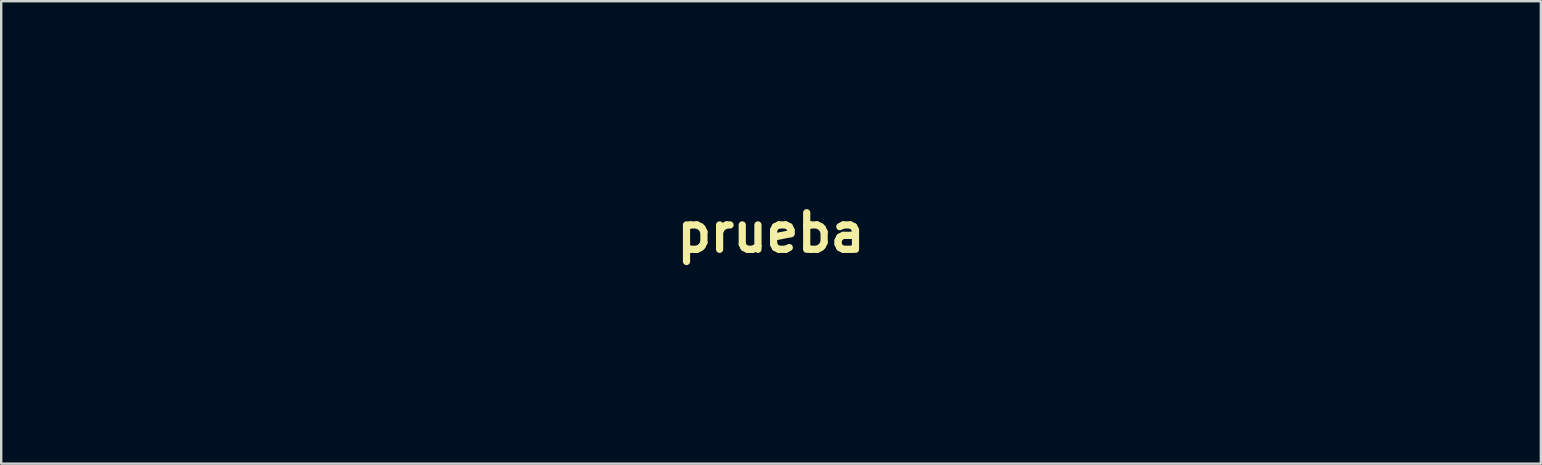
<source format=kicad_pcb>
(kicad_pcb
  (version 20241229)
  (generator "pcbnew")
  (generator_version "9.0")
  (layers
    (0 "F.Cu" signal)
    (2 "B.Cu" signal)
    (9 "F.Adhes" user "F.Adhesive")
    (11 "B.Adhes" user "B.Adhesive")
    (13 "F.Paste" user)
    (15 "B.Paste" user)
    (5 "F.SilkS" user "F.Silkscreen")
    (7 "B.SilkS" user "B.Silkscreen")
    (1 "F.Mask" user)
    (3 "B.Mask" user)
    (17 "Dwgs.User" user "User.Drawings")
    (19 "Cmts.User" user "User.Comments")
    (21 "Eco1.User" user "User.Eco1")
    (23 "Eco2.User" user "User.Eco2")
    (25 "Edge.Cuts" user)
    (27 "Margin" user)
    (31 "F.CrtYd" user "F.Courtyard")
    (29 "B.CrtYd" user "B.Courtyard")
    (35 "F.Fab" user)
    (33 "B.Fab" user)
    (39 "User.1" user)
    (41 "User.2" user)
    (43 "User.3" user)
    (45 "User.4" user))
  (footprint "prueba"
    (layer "F.Cu")
    (at 29.068 6.646)
    (property "Reference" "prueba" (at 0 0 0) (layer "F.SilkS") (effects (font (size 1.524 1.524) (thickness 0.3))))
    (attr through_hole)
    (fp_poly (pts (xy -24.666 4.07) (xy -24.696 4.101) (xy -24.727 4.07) (xy -24.696 4.04) (xy -24.666 4.07)) (stroke (width 0.01) (type solid)) (fill yes) (layer "F.Mask"))
    (fp_poly (pts (xy -11.771 5.67) (xy -11.782 5.692) (xy -11.84 5.75) (xy -11.85 5.753) (xy -11.855 5.714) (xy -11.843 5.692) (xy -11.785 5.634) (xy -11.775 5.631) (xy -11.771 5.67)) (stroke (width 0.01) (type solid)) (fill yes) (layer "F.Mask"))
    (fp_poly (pts (xy -11.472 5.186) (xy -11.507 5.264) (xy -11.57 5.36) (xy -11.603 5.386) (xy -11.602 5.341) (xy -11.568 5.264) (xy -11.505 5.167) (xy -11.472 5.141) (xy -11.472 5.186)) (stroke (width 0.01) (type solid)) (fill yes) (layer "F.Mask"))
    (fp_poly (pts (xy -25.408 4.619) (xy -25.406 4.62) (xy -25.308 4.721) (xy -25.22 4.834) (xy -25.166 4.925) (xy -25.168 4.958) (xy -25.213 4.914) (xy -25.306 4.803) (xy -25.365 4.728) (xy -25.457 4.606) (xy -25.47 4.571) (xy -25.408 4.619)) (stroke (width 0.01) (type solid)) (fill yes) (layer "F.Mask"))
    (fp_poly (pts (xy -12.023 5.976) (xy -12.108 6.075) (xy -12.18 6.151) (xy -12.306 6.276) (xy -12.396 6.353) (xy -12.418 6.365) (xy -12.398 6.326) (xy -12.313 6.227) (xy -12.241 6.151) (xy -12.115 6.027) (xy -12.025 5.949) (xy -12.003 5.937) (xy -12.023 5.976)) (stroke (width 0.01) (type solid)) (fill yes) (layer "F.Mask"))
    (fp_poly (pts (xy -5.346 -3.29) (xy -5.353 -3.019) (xy -5.361 -2.642) (xy -5.368 -2.176) (xy -5.373 -1.637) (xy -5.378 -1.042) (xy -5.382 -0.407) (xy -5.385 0.252) (xy -5.386 0.917) (xy -5.386 1.049) (xy -5.386 4.332) (xy -5.57 4.359) (xy -5.753 4.386) (xy -5.753 -4.346) (xy -5.306 -4.346) (xy -5.346 -3.29)) (stroke (width 0.01) (type solid)) (fill yes) (layer "F.Mask"))
    (fp_poly (pts (xy -24.6 4.207) (xy -24.5 4.326) (xy -24.37 4.492) (xy -24.365 4.499) (xy -24.243 4.665) (xy -24.161 4.785) (xy -24.137 4.835) (xy -24.138 4.835) (xy -24.188 4.791) (xy -24.285 4.677) (xy -24.366 4.575) (xy -24.519 4.375) (xy -24.611 4.253) (xy -24.654 4.19) (xy -24.662 4.166) (xy -24.65 4.162) (xy -24.6 4.207)) (stroke (width 0.01) (type solid)) (fill yes) (layer "F.Mask"))
    (fp_poly (pts (xy 16.587 -0.306) (xy 16.097 -0.306) (xy 16.097 -1.939) (xy 16.281 -1.939) (xy 16.282 -1.575) (xy 16.286 -1.235) (xy 16.293 -0.939) (xy 16.303 -0.708) (xy 16.316 -0.563) (xy 16.326 -0.525) (xy 16.367 -0.541) (xy 16.4 -0.673) (xy 16.427 -0.915) (xy 16.446 -1.258) (xy 16.457 -1.698) (xy 16.459 -1.928) (xy 16.456 -2.427) (xy 16.444 -2.836) (xy 16.423 -3.147) (xy 16.394 -3.354) (xy 16.357 -3.45) (xy 16.333 -3.453) (xy 16.318 -3.385) (xy 16.305 -3.215) (xy 16.295 -2.965) (xy 16.288 -2.655) (xy 16.283 -2.306) (xy 16.281 -1.939) (xy 16.097 -1.939) (xy 16.097 -3.672) (xy 16.587 -3.672) (xy 16.587 -0.306)) (stroke (width 0.01) (type solid)) (fill yes) (layer "F.Mask"))
    (fp_poly (pts (xy 3.672 -0.306) (xy 3.504 -0.313) (xy 3.335 -0.329) (xy 3.228 -0.348) (xy 3.195 -0.364) (xy 3.17 -0.402) (xy 3.152 -0.475) (xy 3.14 -0.598) (xy 3.132 -0.784) (xy 3.13 -1.046) (xy 3.131 -1.4) (xy 3.134 -1.859) (xy 3.136 -1.989) (xy 3.39 -1.989) (xy 3.392 -1.72) (xy 3.395 -1.539) (xy 3.401 -1.455) (xy 3.407 -1.478) (xy 3.412 -1.543) (xy 3.42 -1.832) (xy 3.419 -2.161) (xy 3.412 -2.4) (xy 3.405 -2.5) (xy 3.398 -2.487) (xy 3.394 -2.37) (xy 3.391 -2.157) (xy 3.39 -1.989) (xy 3.136 -1.989) (xy 3.136 -2.009) (xy 3.152 -3.642) (xy 3.412 -3.661) (xy 3.672 -3.679) (xy 3.672 -0.306)) (stroke (width 0.01) (type solid)) (fill yes) (layer "F.Mask"))
    (fp_poly (pts (xy 11.369 -3.305) (xy 11.664 -3.298) (xy 11.87 -3.274) (xy 12.02 -3.228) (xy 12.097 -3.187) (xy 12.282 -3.009) (xy 12.386 -2.771) (xy 12.405 -2.509) (xy 12.337 -2.257) (xy 12.205 -2.075) (xy 12.119 -2.006) (xy 12.02 -1.961) (xy 11.878 -1.933) (xy 11.664 -1.916) (xy 11.441 -1.907) (xy 10.833 -1.886) (xy 10.833 -2.003) (xy 10.956 -2.003) (xy 11.39 -2.034) (xy 11.708 -2.075) (xy 11.925 -2.148) (xy 11.986 -2.186) (xy 12.118 -2.354) (xy 12.174 -2.573) (xy 12.148 -2.795) (xy 12.076 -2.93) (xy 11.91 -3.051) (xy 11.651 -3.136) (xy 11.325 -3.178) (xy 11.216 -3.181) (xy 10.956 -3.183) (xy 10.956 -2.003) (xy 10.833 -2.003) (xy 10.833 -3.305) (xy 11.369 -3.305)) (stroke (width 0.01) (type solid)) (fill yes) (layer "F.Mask"))
    (fp_poly (pts (xy 23.827 0.797) (xy 24.1 0.8) (xy 24.285 0.809) (xy 24.399 0.824) (xy 24.458 0.848) (xy 24.48 0.882) (xy 24.482 0.906) (xy 24.442 1.071) (xy 24.313 1.177) (xy 24.084 1.23) (xy 23.992 1.237) (xy 23.656 1.255) (xy 23.622 3.489) (xy 23.197 3.489) (xy 23.197 1.885) (xy 23.387 1.885) (xy 23.387 2.001) (xy 23.392 2.35) (xy 23.402 2.618) (xy 23.414 2.793) (xy 23.429 2.865) (xy 23.441 2.846) (xy 23.46 2.716) (xy 23.476 2.494) (xy 23.488 2.209) (xy 23.495 1.891) (xy 23.495 1.855) (xy 23.494 1.521) (xy 23.483 1.256) (xy 23.465 1.08) (xy 23.441 1.01) (xy 23.417 1.053) (xy 23.399 1.215) (xy 23.389 1.494) (xy 23.387 1.885) (xy 23.197 1.885) (xy 23.197 1.224) (xy 22.802 1.224) (xy 22.595 1.217) (xy 22.442 1.2) (xy 22.38 1.178) (xy 22.369 1.089) (xy 22.383 0.964) (xy 22.415 0.796) (xy 23.449 0.796) (xy 23.827 0.797)) (stroke (width 0.01) (type solid)) (fill yes) (layer "F.Mask"))
    (fp_poly (pts (xy 29.02 -4.211) (xy 29.029 -4.137) (xy 29.036 -3.954) (xy 29.043 -3.672) (xy 29.049 -3.304) (xy 29.055 -2.863) (xy 29.059 -2.361) (xy 29.062 -1.81) (xy 29.064 -1.222) (xy 29.066 -0.609) (xy 29.066 0.015) (xy 29.066 0.64) (xy 29.064 1.252) (xy 29.062 1.84) (xy 29.059 2.392) (xy 29.054 2.894) (xy 29.049 3.335) (xy 29.043 3.703) (xy 29.036 3.985) (xy 29.028 4.169) (xy 29.02 4.242) (xy 28.967 4.313) (xy 28.933 4.308) (xy 28.924 4.24) (xy 28.916 4.062) (xy 28.91 3.786) (xy 28.904 3.426) (xy 28.899 2.993) (xy 28.895 2.501) (xy 28.892 1.961) (xy 28.891 1.387) (xy 28.89 0.79) (xy 28.89 0.183) (xy 28.891 -0.42) (xy 28.893 -1.009) (xy 28.896 -1.569) (xy 28.9 -2.089) (xy 28.906 -2.556) (xy 28.912 -2.958) (xy 28.919 -3.282) (xy 28.927 -3.516) (xy 28.929 -3.544) (xy 28.949 -3.837) (xy 28.972 -4.057) (xy 28.996 -4.187) (xy 29.02 -4.211) (xy 29.02 -4.211)) (stroke (width 0.01) (type solid)) (fill yes) (layer "F.Mask"))
    (fp_poly (pts (xy -9.242 5.502) (xy -9.444 5.656) (xy -9.623 5.774) (xy -9.829 5.884) (xy -10.021 5.965) (xy -10.155 5.998) (xy -10.158 5.998) (xy -10.191 5.94) (xy -10.216 5.781) (xy -10.231 5.542) (xy -10.232 5.493) (xy -10.234 5.334) (xy -10.234 5.083) (xy -10.234 4.757) (xy -10.233 4.372) (xy -10.231 3.944) (xy -10.228 3.489) (xy -10.225 3.023) (xy -10.222 2.563) (xy -10.218 2.124) (xy -10.214 1.724) (xy -10.21 1.377) (xy -10.206 1.1) (xy -10.204 0.979) (xy -10.038 0.979) (xy -10.038 3.144) (xy -10.036 3.804) (xy -10.033 4.349) (xy -10.026 4.788) (xy -10.017 5.13) (xy -10.003 5.383) (xy -9.986 5.556) (xy -9.965 5.656) (xy -9.939 5.692) (xy -9.936 5.692) (xy -9.871 5.667) (xy -9.737 5.603) (xy -9.668 5.568) (xy -9.426 5.445) (xy -9.426 0.979) (xy -10.038 0.979) (xy -10.204 0.979) (xy -10.203 0.91) (xy -10.199 0.822) (xy -10.199 0.818) (xy -10.139 0.81) (xy -9.986 0.793) (xy -9.772 0.772) (xy -9.716 0.767) (xy -9.242 0.724) (xy -9.242 5.502)) (stroke (width 0.01) (type solid)) (fill yes) (layer "F.Mask"))
    (fp_poly (pts (xy 18.346 -3.659) (xy 18.792 -3.642) (xy 19.138 -3.616) (xy 19.404 -3.574) (xy 19.612 -3.509) (xy 19.783 -3.416) (xy 19.939 -3.288) (xy 20.087 -3.134) (xy 20.319 -2.791) (xy 20.454 -2.399) (xy 20.495 -1.983) (xy 20.443 -1.566) (xy 20.299 -1.174) (xy 20.065 -0.832) (xy 19.926 -0.695) (xy 19.791 -0.589) (xy 19.653 -0.508) (xy 19.492 -0.448) (xy 19.287 -0.405) (xy 19.018 -0.373) (xy 18.664 -0.348) (xy 18.285 -0.33) (xy 17.321 -0.288) (xy 17.321 -0.477) (xy 17.566 -0.477) (xy 18.346 -0.501) (xy 18.697 -0.515) (xy 18.956 -0.535) (xy 19.151 -0.567) (xy 19.312 -0.613) (xy 19.432 -0.663) (xy 19.732 -0.824) (xy 19.947 -1.011) (xy 20.114 -1.257) (xy 20.174 -1.377) (xy 20.302 -1.779) (xy 20.309 -2.178) (xy 20.197 -2.566) (xy 19.967 -2.933) (xy 19.905 -3.005) (xy 19.738 -3.169) (xy 19.558 -3.293) (xy 19.343 -3.384) (xy 19.071 -3.448) (xy 18.72 -3.493) (xy 18.285 -3.525) (xy 17.566 -3.567) (xy 17.566 -0.477) (xy 17.321 -0.477) (xy 17.321 -3.689) (xy 18.346 -3.659)) (stroke (width 0.01) (type solid)) (fill yes) (layer "F.Mask"))
    (fp_poly (pts (xy 22.233 -3.067) (xy 22.334 -2.906) (xy 22.456 -2.63) (xy 22.511 -2.494) (xy 22.648 -2.145) (xy 22.741 -1.892) (xy 22.794 -1.72) (xy 22.809 -1.61) (xy 22.79 -1.548) (xy 22.74 -1.516) (xy 22.698 -1.505) (xy 22.208 -1.453) (xy 21.808 -1.47) (xy 21.619 -1.496) (xy 21.484 -1.528) (xy 21.446 -1.546) (xy 21.433 -1.64) (xy 21.461 -1.764) (xy 21.666 -1.764) (xy 21.725 -1.726) (xy 21.891 -1.695) (xy 22.148 -1.671) (xy 22.324 -1.662) (xy 22.483 -1.666) (xy 22.574 -1.687) (xy 22.583 -1.698) (xy 22.562 -1.777) (xy 22.507 -1.935) (xy 22.43 -2.143) (xy 22.345 -2.369) (xy 22.261 -2.582) (xy 22.192 -2.749) (xy 22.149 -2.84) (xy 22.145 -2.847) (xy 22.112 -2.807) (xy 22.046 -2.682) (xy 21.961 -2.501) (xy 21.868 -2.293) (xy 21.78 -2.086) (xy 21.71 -1.908) (xy 21.67 -1.79) (xy 21.666 -1.764) (xy 21.461 -1.764) (xy 21.475 -1.826) (xy 21.568 -2.092) (xy 21.707 -2.422) (xy 21.797 -2.617) (xy 21.934 -2.89) (xy 22.045 -3.057) (xy 22.14 -3.117) (xy 22.233 -3.067)) (stroke (width 0.01) (type solid)) (fill yes) (layer "F.Mask"))
    (fp_poly (pts (xy 25.109 -3.663) (xy 25.483 -3.654) (xy 25.757 -3.643) (xy 25.954 -3.628) (xy 26.097 -3.604) (xy 26.209 -3.568) (xy 26.312 -3.518) (xy 26.379 -3.479) (xy 26.719 -3.234) (xy 26.968 -2.946) (xy 27.118 -2.667) (xy 27.235 -2.26) (xy 27.247 -1.837) (xy 27.157 -1.423) (xy 26.973 -1.047) (xy 26.711 -0.743) (xy 26.548 -0.613) (xy 26.38 -0.516) (xy 26.184 -0.444) (xy 25.939 -0.393) (xy 25.623 -0.358) (xy 25.215 -0.333) (xy 25.033 -0.325) (xy 24.115 -0.287) (xy 24.115 -0.476) (xy 24.237 -0.476) (xy 25.079 -0.503) (xy 25.483 -0.521) (xy 25.787 -0.548) (xy 26.011 -0.586) (xy 26.177 -0.638) (xy 26.181 -0.639) (xy 26.437 -0.795) (xy 26.682 -1.027) (xy 26.879 -1.294) (xy 26.981 -1.518) (xy 27.053 -1.95) (xy 27.005 -2.358) (xy 26.838 -2.74) (xy 26.642 -3) (xy 26.465 -3.174) (xy 26.276 -3.305) (xy 26.052 -3.399) (xy 25.771 -3.463) (xy 25.41 -3.506) (xy 25.017 -3.531) (xy 24.237 -3.569) (xy 24.237 -0.476) (xy 24.115 -0.476) (xy 24.115 -3.685) (xy 25.109 -3.663)) (stroke (width 0.01) (type solid)) (fill yes) (layer "F.Mask"))
    (fp_poly (pts (xy 25.17 -3.304) (xy 25.52 -3.299) (xy 25.775 -3.285) (xy 25.964 -3.257) (xy 26.113 -3.213) (xy 26.173 -3.188) (xy 26.412 -3.023) (xy 26.629 -2.772) (xy 26.802 -2.473) (xy 26.907 -2.163) (xy 26.93 -1.965) (xy 26.888 -1.751) (xy 26.781 -1.496) (xy 26.631 -1.243) (xy 26.46 -1.034) (xy 26.421 -0.997) (xy 26.246 -0.866) (xy 26.053 -0.773) (xy 25.817 -0.715) (xy 25.512 -0.684) (xy 25.113 -0.674) (xy 25.079 -0.674) (xy 24.421 -0.673) (xy 24.421 -2.062) (xy 24.604 -2.062) (xy 24.605 -1.658) (xy 24.609 -1.359) (xy 24.618 -1.149) (xy 24.633 -1.01) (xy 24.656 -0.925) (xy 24.687 -0.876) (xy 24.711 -0.858) (xy 24.834 -0.827) (xy 25.041 -0.818) (xy 25.294 -0.83) (xy 25.557 -0.861) (xy 25.795 -0.908) (xy 25.828 -0.917) (xy 26.184 -1.072) (xy 26.45 -1.305) (xy 26.619 -1.607) (xy 26.683 -1.97) (xy 26.684 -2) (xy 26.639 -2.368) (xy 26.5 -2.664) (xy 26.263 -2.891) (xy 25.926 -3.051) (xy 25.488 -3.145) (xy 25.201 -3.17) (xy 24.604 -3.199) (xy 24.604 -2.062) (xy 24.421 -2.062) (xy 24.421 -3.305) (xy 25.17 -3.304)) (stroke (width 0.01) (type solid)) (fill yes) (layer "F.Mask"))
    (fp_poly (pts (xy 18.407 -3.302) (xy 18.853 -3.29) (xy 19.197 -3.252) (xy 19.46 -3.178) (xy 19.664 -3.06) (xy 19.826 -2.89) (xy 19.969 -2.659) (xy 19.99 -2.619) (xy 20.114 -2.259) (xy 20.138 -1.888) (xy 20.068 -1.532) (xy 19.913 -1.214) (xy 19.677 -0.958) (xy 19.504 -0.846) (xy 19.362 -0.785) (xy 19.196 -0.743) (xy 18.976 -0.714) (xy 18.675 -0.694) (xy 18.514 -0.687) (xy 18.226 -0.68) (xy 17.982 -0.682) (xy 17.81 -0.691) (xy 17.734 -0.707) (xy 17.72 -0.78) (xy 17.708 -0.957) (xy 17.698 -1.218) (xy 17.692 -1.545) (xy 17.688 -1.919) (xy 17.688 -2.03) (xy 17.688 -3.183) (xy 17.872 -3.183) (xy 17.872 -2.03) (xy 17.874 -1.666) (xy 17.881 -1.343) (xy 17.891 -1.084) (xy 17.903 -0.906) (xy 17.917 -0.83) (xy 17.918 -0.83) (xy 18 -0.811) (xy 18.171 -0.81) (xy 18.399 -0.822) (xy 18.652 -0.847) (xy 18.897 -0.88) (xy 19.104 -0.921) (xy 19.127 -0.927) (xy 19.466 -1.071) (xy 19.722 -1.293) (xy 19.887 -1.577) (xy 19.954 -1.903) (xy 19.914 -2.253) (xy 19.815 -2.511) (xy 19.623 -2.782) (xy 19.355 -2.98) (xy 19 -3.11) (xy 18.551 -3.174) (xy 18.267 -3.183) (xy 17.872 -3.183) (xy 17.688 -3.183) (xy 17.688 -3.305) (xy 18.407 -3.302)) (stroke (width 0.01) (type solid)) (fill yes) (layer "F.Mask"))
    (fp_poly (pts (xy -25.208 -6.457) (xy -25.199 -6.368) (xy -25.189 -6.167) (xy -25.179 -5.862) (xy -25.168 -5.463) (xy -25.156 -4.981) (xy -25.144 -4.424) (xy -25.133 -3.802) (xy -25.122 -3.125) (xy -25.111 -2.402) (xy -25.101 -1.644) (xy -25.098 -1.347) (xy -25.087 -0.442) (xy -25.078 0.348) (xy -25.069 1.034) (xy -25.06 1.623) (xy -25.051 2.124) (xy -25.04 2.546) (xy -25.028 2.898) (xy -25.013 3.188) (xy -24.995 3.425) (xy -24.974 3.618) (xy -24.948 3.774) (xy -24.918 3.904) (xy -24.882 4.015) (xy -24.841 4.117) (xy -24.793 4.217) (xy -24.738 4.325) (xy -24.709 4.381) (xy -24.344 4.967) (xy -23.883 5.484) (xy -23.335 5.923) (xy -22.71 6.277) (xy -22.156 6.494) (xy -21.82 6.604) (xy -22.126 6.602) (xy -22.371 6.579) (xy -22.641 6.522) (xy -22.751 6.487) (xy -23.217 6.267) (xy -23.685 5.933) (xy -24.16 5.483) (xy -24.179 5.462) (xy -24.407 5.202) (xy -24.596 4.946) (xy -24.772 4.654) (xy -24.961 4.289) (xy -25.308 3.58) (xy -25.325 -1.377) (xy -25.328 -2.149) (xy -25.329 -2.887) (xy -25.329 -3.583) (xy -25.328 -4.227) (xy -25.326 -4.809) (xy -25.323 -5.321) (xy -25.32 -5.752) (xy -25.316 -6.093) (xy -25.311 -6.334) (xy -25.305 -6.467) (xy -25.302 -6.488) (xy -25.262 -6.641) (xy -25.208 -6.457)) (stroke (width 0.01) (type solid)) (fill yes) (layer "F.Mask"))
    (fp_poly (pts (xy -8.053 0.745) (xy -7.736 0.755) (xy -7.464 0.768) (xy -7.259 0.784) (xy -7.145 0.8) (xy -7.13 0.806) (xy -7.106 0.904) (xy -7.167 1.024) (xy -7.292 1.132) (xy -7.362 1.166) (xy -7.575 1.273) (xy -7.739 1.418) (xy -7.885 1.634) (xy -7.945 1.744) (xy -7.997 1.847) (xy -8.036 1.945) (xy -8.065 2.055) (xy -8.086 2.196) (xy -8.101 2.386) (xy -8.112 2.644) (xy -8.12 2.988) (xy -8.129 3.435) (xy -8.129 3.437) (xy -8.153 4.824) (xy -8.407 5.003) (xy -8.604 5.14) (xy -8.726 5.213) (xy -8.797 5.23) (xy -8.842 5.197) (xy -8.872 5.147) (xy -8.891 5.048) (xy -8.907 4.83) (xy -8.919 4.499) (xy -8.929 4.059) (xy -8.934 3.513) (xy -8.936 2.876) (xy -8.936 0.979) (xy -8.813 0.979) (xy -8.813 3.001) (xy -8.813 3.551) (xy -8.812 3.991) (xy -8.809 4.332) (xy -8.804 4.586) (xy -8.796 4.766) (xy -8.784 4.882) (xy -8.767 4.947) (xy -8.746 4.973) (xy -8.719 4.971) (xy -8.701 4.963) (xy -8.565 4.863) (xy -8.509 4.806) (xy -8.475 4.712) (xy -8.442 4.512) (xy -8.409 4.201) (xy -8.377 3.775) (xy -8.352 3.38) (xy -8.32 2.86) (xy -8.288 2.446) (xy -8.254 2.123) (xy -8.213 1.873) (xy -8.162 1.681) (xy -8.1 1.531) (xy -8.022 1.406) (xy -7.954 1.322) (xy -7.844 1.183) (xy -7.78 1.074) (xy -7.773 1.048) (xy -7.833 1.01) (xy -8.012 0.987) (xy -8.293 0.979) (xy -8.813 0.979) (xy -8.936 0.979) (xy -8.936 0.725) (xy -8.053 0.745)) (stroke (width 0.01) (type solid)) (fill yes) (layer "F.Mask"))
    (fp_poly (pts (xy 0.918 0.978) (xy 0.909 1.076) (xy 0.87 1.143) (xy 0.781 1.187) (xy 0.623 1.214) (xy 0.376 1.231) (xy 0.122 1.239) (xy -0.398 1.255) (xy -0.398 1.867) (xy -0.061 1.882) (xy 0.262 1.902) (xy 0.48 1.932) (xy 0.609 1.976) (xy 0.666 2.039) (xy 0.673 2.083) (xy 0.653 2.16) (xy 0.579 2.213) (xy 0.433 2.248) (xy 0.196 2.27) (xy 0 2.28) (xy -0.398 2.295) (xy -0.416 2.638) (xy -0.434 2.981) (xy 0.193 3.024) (xy 0.459 3.045) (xy 0.68 3.067) (xy 0.826 3.087) (xy 0.869 3.098) (xy 0.907 3.177) (xy 0.918 3.27) (xy 0.902 3.349) (xy 0.845 3.406) (xy 0.729 3.446) (xy 0.541 3.471) (xy 0.265 3.484) (xy -0.115 3.489) (xy -0.2 3.489) (xy -0.937 3.489) (xy -0.897 2.892) (xy -0.88 2.573) (xy -0.867 2.188) (xy -0.866 2.132) (xy -0.734 2.132) (xy -0.731 2.513) (xy -0.723 2.826) (xy -0.71 3.063) (xy -0.694 3.218) (xy -0.677 3.282) (xy -0.659 3.249) (xy -0.643 3.111) (xy -0.629 2.86) (xy -0.625 2.746) (xy -0.607 2.444) (xy -0.578 2.236) (xy -0.539 2.136) (xy -0.534 2.131) (xy -0.492 2.073) (xy -0.536 2.01) (xy -0.579 1.903) (xy -0.606 1.697) (xy -0.612 1.487) (xy -0.62 1.261) (xy -0.641 1.103) (xy -0.671 1.041) (xy -0.673 1.04) (xy -0.697 1.1) (xy -0.715 1.274) (xy -0.727 1.554) (xy -0.734 1.93) (xy -0.734 2.132) (xy -0.866 2.132) (xy -0.859 1.794) (xy -0.857 1.545) (xy -0.857 0.796) (xy 0.918 0.796) (xy 0.918 0.978)) (stroke (width 0.01) (type solid)) (fill yes) (layer "F.Mask"))
    (fp_poly (pts (xy 9.854 -3.183) (xy 8.079 -3.183) (xy 8.079 -2.387) (xy 9.487 -2.387) (xy 9.487 -1.901) (xy 8.11 -1.867) (xy 8.11 -0.826) (xy 8.967 -0.789) (xy 9.276 -0.776) (xy 9.538 -0.763) (xy 9.73 -0.752) (xy 9.83 -0.745) (xy 9.839 -0.744) (xy 9.85 -0.683) (xy 9.854 -0.56) (xy 9.854 -0.386) (xy 8.982 -0.346) (xy 8.639 -0.332) (xy 8.314 -0.319) (xy 8.039 -0.311) (xy 7.847 -0.306) (xy 7.819 -0.306) (xy 7.528 -0.306) (xy 7.528 -0.49) (xy 7.773 -0.49) (xy 8.687 -0.49) (xy 9.01 -0.493) (xy 9.287 -0.502) (xy 9.496 -0.517) (xy 9.616 -0.534) (xy 9.635 -0.543) (xy 9.61 -0.594) (xy 9.467 -0.633) (xy 9.211 -0.66) (xy 8.844 -0.673) (xy 8.668 -0.674) (xy 8.399 -0.679) (xy 8.171 -0.692) (xy 8.017 -0.711) (xy 7.97 -0.725) (xy 7.931 -0.79) (xy 7.91 -0.933) (xy 7.904 -1.173) (xy 7.908 -1.382) (xy 7.926 -1.989) (xy 8.232 -2.004) (xy 8.483 -2.022) (xy 8.764 -2.049) (xy 8.875 -2.063) (xy 9.029 -2.084) (xy 9.099 -2.099) (xy 9.077 -2.11) (xy 8.953 -2.122) (xy 8.718 -2.137) (xy 8.654 -2.14) (xy 8.338 -2.164) (xy 8.125 -2.203) (xy 7.994 -2.275) (xy 7.926 -2.398) (xy 7.899 -2.589) (xy 7.895 -2.815) (xy 7.895 -3.289) (xy 8.71 -3.317) (xy 9.12 -3.337) (xy 9.411 -3.365) (xy 9.585 -3.397) (xy 9.646 -3.432) (xy 9.596 -3.466) (xy 9.438 -3.497) (xy 9.175 -3.522) (xy 8.809 -3.539) (xy 8.462 -3.545) (xy 7.773 -3.55) (xy 7.773 -0.49) (xy 7.528 -0.49) (xy 7.528 -3.672) (xy 9.854 -3.672) (xy 9.854 -3.183)) (stroke (width 0.01) (type solid)) (fill yes) (layer "F.Mask"))
    (fp_poly (pts (xy -10.506 2.091) (xy -10.493 2.582) (xy -10.482 3.148) (xy -10.473 3.74) (xy -10.468 4.309) (xy -10.466 4.752) (xy -10.466 6.117) (xy -10.642 6.208) (xy -10.92 6.333) (xy -11.227 6.428) (xy -11.584 6.499) (xy -12.01 6.548) (xy -12.526 6.578) (xy -12.884 6.589) (xy -14.047 6.615) (xy -13.879 6.534) (xy -13.281 6.534) (xy -13.226 6.552) (xy -13.076 6.551) (xy -12.86 6.536) (xy -12.604 6.508) (xy -12.335 6.471) (xy -12.08 6.427) (xy -11.866 6.38) (xy -11.843 6.374) (xy -11.562 6.297) (xy -11.266 6.214) (xy -11.063 6.155) (xy -10.711 6.051) (xy -10.711 0.979) (xy -11.109 0.979) (xy -11.348 0.988) (xy -11.474 1.018) (xy -11.494 1.073) (xy -11.418 1.16) (xy -11.41 1.167) (xy -11.278 1.331) (xy -11.15 1.587) (xy -11.04 1.906) (xy -10.984 2.133) (xy -10.942 2.488) (xy -10.943 2.921) (xy -10.985 3.398) (xy -11.064 3.883) (xy -11.099 4.04) (xy -11.213 4.348) (xy -11.412 4.7) (xy -11.677 5.074) (xy -11.991 5.447) (xy -12.334 5.798) (xy -12.689 6.104) (xy -12.96 6.297) (xy -13.128 6.408) (xy -13.244 6.495) (xy -13.281 6.534) (xy -13.879 6.534) (xy -13.557 6.377) (xy -12.912 6.008) (xy -12.372 5.579) (xy -11.93 5.082) (xy -11.583 4.513) (xy -11.356 3.961) (xy -11.239 3.529) (xy -11.169 3.081) (xy -11.144 2.642) (xy -11.164 2.238) (xy -11.231 1.896) (xy -11.344 1.641) (xy -11.345 1.64) (xy -11.468 1.501) (xy -11.654 1.338) (xy -11.841 1.2) (xy -12.025 1.075) (xy -12.121 0.994) (xy -12.143 0.94) (xy -12.105 0.893) (xy -12.087 0.879) (xy -11.98 0.838) (xy -11.786 0.811) (xy -11.49 0.798) (xy -11.26 0.796) (xy -10.547 0.796) (xy -10.506 2.091)) (stroke (width 0.01) (type solid)) (fill yes) (layer "F.Mask"))
    (fp_poly (pts (xy 17.187 0.762) (xy 17.242 0.813) (xy 17.283 0.87) (xy 17.312 0.958) (xy 17.331 1.098) (xy 17.342 1.309) (xy 17.348 1.611) (xy 17.349 1.851) (xy 17.348 2.219) (xy 17.342 2.488) (xy 17.329 2.682) (xy 17.305 2.823) (xy 17.268 2.936) (xy 17.224 3.027) (xy 17.028 3.278) (xy 16.756 3.449) (xy 16.431 3.533) (xy 16.077 3.524) (xy 15.833 3.461) (xy 15.57 3.333) (xy 15.538 3.305) (xy 16.403 3.305) (xy 16.452 3.359) (xy 16.495 3.366) (xy 16.576 3.333) (xy 16.587 3.305) (xy 16.537 3.251) (xy 16.495 3.244) (xy 16.413 3.277) (xy 16.403 3.305) (xy 15.538 3.305) (xy 15.457 3.236) (xy 16.751 3.236) (xy 16.765 3.234) (xy 16.863 3.165) (xy 16.941 3.072) (xy 17.002 2.965) (xy 16.988 2.947) (xy 16.905 3.018) (xy 16.827 3.099) (xy 16.752 3.196) (xy 16.751 3.236) (xy 15.457 3.236) (xy 15.378 3.168) (xy 15.273 2.987) (xy 15.271 2.813) (xy 15.348 2.712) (xy 15.484 2.712) (xy 15.683 2.814) (xy 15.763 2.87) (xy 16.055 3.033) (xy 16.323 3.075) (xy 16.571 2.998) (xy 16.689 2.914) (xy 16.754 2.854) (xy 16.801 2.792) (xy 16.833 2.706) (xy 16.854 2.576) (xy 16.869 2.379) (xy 16.882 2.095) (xy 16.891 1.845) (xy 16.892 1.806) (xy 17.158 1.806) (xy 17.161 1.999) (xy 17.167 2.103) (xy 17.177 2.104) (xy 17.182 2.067) (xy 17.192 1.85) (xy 17.185 1.612) (xy 17.182 1.578) (xy 17.172 1.513) (xy 17.164 1.559) (xy 17.159 1.704) (xy 17.158 1.806) (xy 16.892 1.806) (xy 16.906 1.477) (xy 16.923 1.211) (xy 16.944 1.029) (xy 16.973 0.911) (xy 17.011 0.837) (xy 17.03 0.815) (xy 17.118 0.743) (xy 17.187 0.762)) (stroke (width 0.01) (type solid)) (fill yes) (layer "F.Mask"))
    (fp_poly (pts (xy 22.225 -3.652) (xy 22.358 -3.563) (xy 22.427 -3.458) (xy 22.53 -3.26) (xy 22.661 -2.989) (xy 22.811 -2.665) (xy 22.971 -2.307) (xy 23.133 -1.934) (xy 23.288 -1.565) (xy 23.429 -1.22) (xy 23.547 -0.919) (xy 23.634 -0.68) (xy 23.68 -0.524) (xy 23.686 -0.483) (xy 23.638 -0.361) (xy 23.503 -0.313) (xy 23.356 -0.329) (xy 23.255 -0.388) (xy 23.154 -0.524) (xy 23.04 -0.758) (xy 23.037 -0.764) (xy 22.863 -1.163) (xy 21.377 -1.163) (xy 21.273 -0.891) (xy 21.124 -0.581) (xy 20.96 -0.385) (xy 20.784 -0.306) (xy 20.599 -0.346) (xy 20.57 -0.363) (xy 20.54 -0.404) (xy 20.542 -0.486) (xy 20.559 -0.549) (xy 20.803 -0.549) (xy 20.829 -0.541) (xy 20.895 -0.629) (xy 20.993 -0.81) (xy 21.063 -0.957) (xy 21.239 -1.347) (xy 22.99 -1.347) (xy 23.19 -0.913) (xy 23.288 -0.714) (xy 23.369 -0.573) (xy 23.419 -0.513) (xy 23.425 -0.514) (xy 23.424 -0.595) (xy 23.37 -0.781) (xy 23.264 -1.068) (xy 23.108 -1.453) (xy 22.903 -1.931) (xy 22.757 -2.264) (xy 22.57 -2.68) (xy 22.423 -2.996) (xy 22.31 -3.222) (xy 22.225 -3.371) (xy 22.162 -3.456) (xy 22.113 -3.488) (xy 22.103 -3.489) (xy 22.056 -3.435) (xy 21.97 -3.285) (xy 21.854 -3.057) (xy 21.714 -2.767) (xy 21.558 -2.432) (xy 21.395 -2.069) (xy 21.233 -1.697) (xy 21.079 -1.33) (xy 20.94 -0.988) (xy 20.894 -0.868) (xy 20.822 -0.657) (xy 20.803 -0.549) (xy 20.559 -0.549) (xy 20.58 -0.625) (xy 20.658 -0.841) (xy 20.778 -1.142) (xy 20.962 -1.586) (xy 21.149 -2.023) (xy 21.331 -2.435) (xy 21.501 -2.808) (xy 21.65 -3.124) (xy 21.773 -3.367) (xy 21.861 -3.521) (xy 21.888 -3.558) (xy 22.048 -3.657) (xy 22.225 -3.652)) (stroke (width 0.01) (type solid)) (fill yes) (layer "F.Mask"))
    (fp_poly (pts (xy -2.598 0.808) (xy -2.254 0.849) (xy -1.985 0.925) (xy -1.768 1.042) (xy -1.582 1.209) (xy -1.568 1.225) (xy -1.358 1.54) (xy -1.247 1.893) (xy -1.231 2.261) (xy -1.307 2.619) (xy -1.47 2.945) (xy -1.716 3.214) (xy -1.922 3.349) (xy -2.047 3.386) (xy -2.255 3.421) (xy -2.518 3.45) (xy -2.808 3.473) (xy -3.097 3.487) (xy -3.356 3.491) (xy -3.558 3.484) (xy -3.674 3.463) (xy -3.688 3.455) (xy -3.701 3.382) (xy -3.713 3.205) (xy -3.723 2.944) (xy -3.73 2.615) (xy -3.733 2.257) (xy -3.609 2.257) (xy -3.606 2.563) (xy -3.598 2.832) (xy -3.585 3.039) (xy -3.567 3.156) (xy -3.565 3.162) (xy -3.542 3.162) (xy -3.521 3.06) (xy -3.514 2.999) (xy -3.244 2.999) (xy -2.813 2.999) (xy -2.56 2.986) (xy -2.325 2.953) (xy -2.172 2.911) (xy -1.944 2.752) (xy -1.787 2.511) (xy -1.717 2.211) (xy -1.714 2.142) (xy -1.76 1.83) (xy -1.899 1.586) (xy -2.136 1.407) (xy -2.475 1.292) (xy -2.793 1.246) (xy -1.873 1.246) (xy -1.836 1.312) (xy -1.74 1.461) (xy -1.624 1.679) (xy -1.562 1.916) (xy -1.541 2.119) (xy -1.516 2.347) (xy -1.482 2.475) (xy -1.447 2.497) (xy -1.419 2.41) (xy -1.408 2.208) (xy -1.408 2.197) (xy -1.46 1.816) (xy -1.615 1.497) (xy -1.756 1.339) (xy -1.846 1.258) (xy -1.873 1.246) (xy -2.793 1.246) (xy -2.817 1.242) (xy -3.244 1.206) (xy -3.244 2.999) (xy -3.514 2.999) (xy -3.502 2.876) (xy -3.487 2.631) (xy -3.476 2.345) (xy -3.472 2.038) (xy -3.475 1.732) (xy -3.48 1.567) (xy -3.496 1.304) (xy -3.518 1.146) (xy -3.546 1.099) (xy -3.555 1.108) (xy -3.575 1.199) (xy -3.59 1.386) (xy -3.601 1.642) (xy -3.607 1.942) (xy -3.609 2.257) (xy -3.733 2.257) (xy -3.733 2.239) (xy -3.733 2.101) (xy -3.733 0.796) (xy -3.041 0.796) (xy -2.598 0.808)) (stroke (width 0.01) (type solid)) (fill yes) (layer "F.Mask"))
    (fp_poly (pts (xy 8.71 0.82) (xy 8.838 0.945) (xy 8.983 1.181) (xy 9.071 1.351) (xy 9.193 1.605) (xy 9.329 1.904) (xy 9.469 2.225) (xy 9.604 2.547) (xy 9.726 2.848) (xy 9.824 3.104) (xy 9.89 3.294) (xy 9.915 3.395) (xy 9.915 3.396) (xy 9.884 3.465) (xy 9.772 3.481) (xy 9.716 3.477) (xy 9.594 3.451) (xy 9.505 3.383) (xy 9.417 3.244) (xy 9.364 3.137) (xy 9.211 2.816) (xy 8.653 2.816) (xy 8.094 2.815) (xy 8.017 3.002) (xy 7.881 3.256) (xy 7.726 3.424) (xy 7.567 3.488) (xy 7.558 3.489) (xy 7.431 3.466) (xy 7.376 3.43) (xy 7.384 3.349) (xy 7.437 3.175) (xy 7.529 2.923) (xy 7.653 2.61) (xy 7.653 2.61) (xy 7.869 2.61) (xy 7.882 2.661) (xy 7.964 2.681) (xy 8.136 2.689) (xy 8.367 2.687) (xy 8.626 2.676) (xy 8.882 2.658) (xy 9.103 2.635) (xy 9.258 2.607) (xy 9.313 2.585) (xy 9.351 2.477) (xy 9.34 2.412) (xy 9.303 2.343) (xy 9.254 2.372) (xy 9.215 2.423) (xy 9.151 2.484) (xy 9.05 2.519) (xy 8.883 2.536) (xy 8.644 2.54) (xy 8.343 2.528) (xy 8.139 2.495) (xy 8.062 2.46) (xy 7.978 2.414) (xy 7.916 2.473) (xy 7.902 2.497) (xy 7.869 2.61) (xy 7.653 2.61) (xy 7.746 2.387) (xy 8.269 2.387) (xy 8.951 2.387) (xy 8.915 2.207) (xy 8.866 2.027) (xy 8.794 1.823) (xy 8.783 1.797) (xy 8.717 1.657) (xy 8.665 1.616) (xy 8.608 1.656) (xy 8.541 1.761) (xy 8.455 1.934) (xy 8.398 2.066) (xy 8.269 2.387) (xy 7.746 2.387) (xy 7.802 2.253) (xy 7.97 1.869) (xy 8.15 1.474) (xy 8.161 1.45) (xy 8.324 1.123) (xy 8.518 1.123) (xy 8.531 1.208) (xy 8.609 1.214) (xy 8.703 1.154) (xy 8.722 1.101) (xy 8.683 1.023) (xy 8.603 1.018) (xy 8.532 1.082) (xy 8.518 1.123) (xy 8.324 1.123) (xy 8.326 1.12) (xy 8.465 0.906) (xy 8.589 0.806) (xy 8.71 0.82)) (stroke (width 0.01) (type solid)) (fill yes) (layer "F.Mask"))
    (fp_poly (pts (xy -12.969 -6.117) (xy -12.673 -6.064) (xy -12.671 -6.064) (xy -12.092 -5.839) (xy -11.566 -5.517) (xy -11.108 -5.11) (xy -10.731 -4.633) (xy -10.448 -4.097) (xy -10.315 -3.7) (xy -10.259 -3.425) (xy -10.229 -3.143) (xy -10.226 -2.887) (xy -10.249 -2.688) (xy -10.295 -2.583) (xy -10.39 -2.546) (xy -10.563 -2.522) (xy -10.777 -2.511) (xy -10.993 -2.513) (xy -11.174 -2.53) (xy -11.282 -2.561) (xy -11.293 -2.573) (xy -11.319 -2.658) (xy -11.356 -2.834) (xy -11.397 -3.068) (xy -11.416 -3.189) (xy -11.538 -3.756) (xy -11.727 -4.229) (xy -11.992 -4.623) (xy -12.344 -4.951) (xy -12.792 -5.229) (xy -12.893 -5.278) (xy -13.192 -5.412) (xy -13.437 -5.495) (xy -13.678 -5.54) (xy -13.856 -5.556) (xy -14.414 -5.531) (xy -14.961 -5.385) (xy -15.494 -5.119) (xy -15.786 -4.917) (xy -15.966 -4.801) (xy -16.09 -4.763) (xy -16.144 -4.803) (xy -16.136 -4.837) (xy -16.063 -4.837) (xy -16.056 -4.835) (xy -15.972 -4.876) (xy -15.882 -4.958) (xy -15.802 -5.068) (xy -15.808 -5.109) (xy -15.881 -5.074) (xy -15.975 -4.988) (xy -16.053 -4.888) (xy -16.063 -4.837) (xy -16.136 -4.837) (xy -16.117 -4.918) (xy -16.104 -4.945) (xy -15.941 -5.157) (xy -15.684 -5.382) (xy -15.359 -5.604) (xy -14.991 -5.805) (xy -14.892 -5.847) (xy -14.3 -5.847) (xy -14.274 -5.822) (xy -14.194 -5.797) (xy -14.042 -5.768) (xy -13.799 -5.729) (xy -13.587 -5.698) (xy -13.015 -5.555) (xy -12.496 -5.307) (xy -12.044 -4.963) (xy -11.67 -4.53) (xy -11.55 -4.343) (xy -11.405 -4.027) (xy -11.281 -3.621) (xy -11.187 -3.157) (xy -11.171 -3.045) (xy -11.132 -2.754) (xy -10.336 -2.754) (xy -10.375 -3.045) (xy -10.514 -3.687) (xy -10.754 -4.269) (xy -11.087 -4.78) (xy -11.45 -5.161) (xy -11.817 -5.435) (xy -12.234 -5.667) (xy -12.653 -5.833) (xy -12.794 -5.871) (xy -12.978 -5.9) (xy -13.22 -5.92) (xy -13.491 -5.931) (xy -13.762 -5.933) (xy -14.004 -5.926) (xy -14.188 -5.91) (xy -14.284 -5.883) (xy -14.29 -5.877) (xy -14.3 -5.847) (xy -14.892 -5.847) (xy -14.604 -5.971) (xy -14.411 -6.035) (xy -14.103 -6.098) (xy -13.73 -6.134) (xy -13.336 -6.14) (xy -12.969 -6.117)) (stroke (width 0.01) (type solid)) (fill yes) (layer "F.Mask"))
    (fp_poly (pts (xy 11.304 -3.665) (xy 11.444 -3.659) (xy 11.859 -3.621) (xy 12.174 -3.548) (xy 12.408 -3.433) (xy 12.579 -3.266) (xy 12.639 -3.177) (xy 12.73 -2.935) (xy 12.761 -2.65) (xy 12.737 -2.357) (xy 12.663 -2.088) (xy 12.543 -1.877) (xy 12.424 -1.775) (xy 12.336 -1.697) (xy 12.312 -1.582) (xy 12.355 -1.412) (xy 12.467 -1.171) (xy 12.578 -0.973) (xy 12.7 -0.754) (xy 12.795 -0.572) (xy 12.847 -0.456) (xy 12.853 -0.432) (xy 12.8 -0.369) (xy 12.673 -0.328) (xy 12.519 -0.319) (xy 12.431 -0.335) (xy 12.344 -0.402) (xy 12.217 -0.549) (xy 12.075 -0.748) (xy 12.022 -0.831) (xy 11.822 -1.132) (xy 11.651 -1.337) (xy 11.491 -1.461) (xy 11.324 -1.52) (xy 11.192 -1.53) (xy 10.956 -1.53) (xy 10.956 -0.306) (xy 10.787 -0.308) (xy 10.619 -0.332) (xy 10.512 -0.372) (xy 10.479 -0.4) (xy 10.454 -0.451) (xy 10.435 -0.538) (xy 10.422 -0.677) (xy 10.413 -0.881) (xy 10.408 -1.165) (xy 10.405 -1.543) (xy 10.405 -2.02) (xy 10.405 -2.741) (xy 10.594 -2.741) (xy 10.595 -2.429) (xy 10.601 -2.084) (xy 10.612 -1.727) (xy 10.627 -1.38) (xy 10.644 -1.062) (xy 10.663 -0.796) (xy 10.682 -0.601) (xy 10.702 -0.5) (xy 10.709 -0.49) (xy 10.748 -0.543) (xy 10.786 -0.677) (xy 10.794 -0.719) (xy 10.815 -0.912) (xy 10.829 -1.16) (xy 10.832 -1.316) (xy 10.833 -1.683) (xy 11.786 -1.644) (xy 12.021 -1.227) (xy 12.168 -0.977) (xy 12.307 -0.764) (xy 12.424 -0.606) (xy 12.507 -0.517) (xy 12.544 -0.516) (xy 12.545 -0.523) (xy 12.517 -0.6) (xy 12.44 -0.757) (xy 12.327 -0.967) (xy 12.241 -1.12) (xy 12.112 -1.347) (xy 12.01 -1.53) (xy 11.948 -1.646) (xy 11.935 -1.676) (xy 11.981 -1.72) (xy 12.097 -1.808) (xy 12.177 -1.865) (xy 12.413 -2.093) (xy 12.547 -2.363) (xy 12.576 -2.652) (xy 12.5 -2.937) (xy 12.317 -3.194) (xy 12.272 -3.235) (xy 12.101 -3.359) (xy 11.904 -3.442) (xy 11.653 -3.492) (xy 11.321 -3.515) (xy 11.109 -3.518) (xy 10.619 -3.519) (xy 10.599 -2.999) (xy 10.594 -2.741) (xy 10.405 -2.741) (xy 10.405 -3.606) (xy 10.625 -3.647) (xy 10.783 -3.662) (xy 11.023 -3.668) (xy 11.304 -3.665)) (stroke (width 0.01) (type solid)) (fill yes) (layer "F.Mask"))
    (fp_poly (pts (xy 19.91 0.789) (xy 19.932 0.872) (xy 19.948 1.052) (xy 19.958 1.303) (xy 19.963 1.601) (xy 19.961 1.921) (xy 19.953 2.237) (xy 19.941 2.524) (xy 19.922 2.757) (xy 19.899 2.911) (xy 19.897 2.918) (xy 19.809 3.141) (xy 19.668 3.298) (xy 19.445 3.419) (xy 19.345 3.456) (xy 18.973 3.541) (xy 18.63 3.514) (xy 18.363 3.412) (xy 18.189 3.317) (xy 18.173 3.305) (xy 18.576 3.305) (xy 18.59 3.357) (xy 18.633 3.366) (xy 18.717 3.334) (xy 18.729 3.305) (xy 18.685 3.246) (xy 18.671 3.244) (xy 18.588 3.288) (xy 18.576 3.305) (xy 18.173 3.305) (xy 18.059 3.222) (xy 17.966 3.107) (xy 17.902 2.953) (xy 17.893 2.907) (xy 18.086 2.907) (xy 18.234 3.076) (xy 18.354 3.203) (xy 18.412 3.243) (xy 18.423 3.224) (xy 18.382 3.175) (xy 18.28 3.079) (xy 18.254 3.056) (xy 18.086 2.907) (xy 17.893 2.907) (xy 17.862 2.743) (xy 17.839 2.456) (xy 17.826 2.075) (xy 17.822 1.862) (xy 17.819 1.714) (xy 17.954 1.714) (xy 17.956 1.898) (xy 17.963 1.989) (xy 17.974 1.976) (xy 17.978 1.943) (xy 17.988 1.713) (xy 17.978 1.484) (xy 17.967 1.43) (xy 17.958 1.486) (xy 17.954 1.639) (xy 17.954 1.714) (xy 17.819 1.714) (xy 17.803 0.796) (xy 17.956 0.796) (xy 18.09 0.821) (xy 18.153 0.866) (xy 18.172 0.949) (xy 18.194 1.131) (xy 18.218 1.388) (xy 18.241 1.696) (xy 18.25 1.83) (xy 18.278 2.241) (xy 18.313 2.547) (xy 18.361 2.762) (xy 18.43 2.904) (xy 18.528 2.988) (xy 18.661 3.032) (xy 18.809 3.048) (xy 19.039 3.049) (xy 19.214 3.01) (xy 19.345 2.915) (xy 19.438 2.752) (xy 19.503 2.507) (xy 19.548 2.165) (xy 19.573 1.836) (xy 19.791 1.836) (xy 19.793 2.035) (xy 19.799 2.142) (xy 19.808 2.145) (xy 19.814 2.096) (xy 19.824 1.853) (xy 19.816 1.602) (xy 19.814 1.576) (xy 19.804 1.515) (xy 19.796 1.564) (xy 19.791 1.712) (xy 19.791 1.836) (xy 19.573 1.836) (xy 19.577 1.776) (xy 19.601 1.421) (xy 19.624 1.169) (xy 19.65 0.999) (xy 19.682 0.894) (xy 19.724 0.832) (xy 19.743 0.816) (xy 19.857 0.77) (xy 19.91 0.789)) (stroke (width 0.01) (type solid)) (fill yes) (layer "F.Mask"))
    (fp_poly (pts (xy 5.326 0.799) (xy 5.338 0.809) (xy 5.381 0.862) (xy 5.416 0.96) (xy 5.444 1.122) (xy 5.47 1.366) (xy 5.495 1.709) (xy 5.501 1.805) (xy 5.561 2.722) (xy 5.75 2.891) (xy 5.968 3.019) (xy 6.222 3.065) (xy 6.467 3.028) (xy 6.612 2.949) (xy 6.664 2.898) (xy 6.704 2.829) (xy 6.735 2.722) (xy 6.762 2.558) (xy 6.787 2.319) (xy 6.815 1.983) (xy 6.827 1.832) (xy 6.829 1.806) (xy 7.121 1.806) (xy 7.123 1.999) (xy 7.13 2.103) (xy 7.139 2.104) (xy 7.144 2.067) (xy 7.154 1.85) (xy 7.147 1.612) (xy 7.145 1.578) (xy 7.134 1.513) (xy 7.126 1.559) (xy 7.121 1.704) (xy 7.121 1.806) (xy 6.829 1.806) (xy 6.853 1.495) (xy 6.876 1.205) (xy 6.894 0.981) (xy 6.906 0.844) (xy 6.91 0.811) (xy 6.968 0.8) (xy 7.1 0.796) (xy 7.105 0.796) (xy 7.293 0.796) (xy 7.273 1.862) (xy 7.262 2.294) (xy 7.244 2.622) (xy 7.213 2.865) (xy 7.161 3.043) (xy 7.082 3.173) (xy 6.969 3.275) (xy 6.816 3.368) (xy 6.731 3.412) (xy 6.376 3.53) (xy 6.014 3.526) (xy 5.723 3.434) (xy 5.521 3.305) (xy 6.365 3.305) (xy 6.412 3.364) (xy 6.427 3.366) (xy 6.486 3.32) (xy 6.488 3.305) (xy 6.441 3.246) (xy 6.427 3.244) (xy 6.367 3.29) (xy 6.365 3.305) (xy 5.521 3.305) (xy 5.414 3.237) (xy 5.387 3.203) (xy 6.671 3.203) (xy 6.709 3.208) (xy 6.802 3.142) (xy 6.824 3.122) (xy 6.918 3.018) (xy 6.949 2.953) (xy 6.947 2.948) (xy 6.886 2.96) (xy 6.793 3.032) (xy 6.708 3.126) (xy 6.671 3.203) (xy 5.387 3.203) (xy 5.208 2.98) (xy 5.14 2.81) (xy 5.112 2.648) (xy 5.092 2.407) (xy 5.081 2.115) (xy 5.079 1.836) (xy 5.285 1.836) (xy 5.287 2.035) (xy 5.293 2.142) (xy 5.302 2.145) (xy 5.308 2.096) (xy 5.318 1.853) (xy 5.311 1.602) (xy 5.308 1.576) (xy 5.298 1.515) (xy 5.29 1.564) (xy 5.286 1.712) (xy 5.285 1.836) (xy 5.079 1.836) (xy 5.079 1.8) (xy 5.085 1.489) (xy 5.098 1.209) (xy 5.119 0.989) (xy 5.147 0.855) (xy 5.157 0.836) (xy 5.235 0.765) (xy 5.326 0.799)) (stroke (width 0.01) (type solid)) (fill yes) (layer "F.Mask"))
    (fp_poly (pts (xy 21.415 0.769) (xy 21.462 0.803) (xy 21.537 0.9) (xy 21.644 1.085) (xy 21.774 1.338) (xy 21.918 1.639) (xy 22.068 1.969) (xy 22.215 2.307) (xy 22.35 2.635) (xy 22.466 2.932) (xy 22.553 3.179) (xy 22.603 3.355) (xy 22.607 3.441) (xy 22.531 3.475) (xy 22.394 3.489) (xy 22.285 3.476) (xy 22.206 3.421) (xy 22.129 3.297) (xy 22.062 3.152) (xy 21.942 2.882) (xy 22.158 2.882) (xy 22.186 3.005) (xy 22.193 3.025) (xy 22.252 3.104) (xy 22.316 3.119) (xy 22.34 3.072) (xy 22.306 2.989) (xy 22.25 2.904) (xy 22.181 2.843) (xy 22.158 2.882) (xy 21.942 2.882) (xy 21.913 2.815) (xy 21.346 2.816) (xy 20.779 2.816) (xy 20.626 3.137) (xy 20.522 3.33) (xy 20.43 3.434) (xy 20.322 3.475) (xy 20.305 3.477) (xy 20.183 3.475) (xy 20.14 3.406) (xy 20.136 3.332) (xy 20.163 3.181) (xy 20.235 2.945) (xy 20.244 2.922) (xy 20.452 2.922) (xy 20.452 2.976) (xy 20.491 2.941) (xy 20.539 2.861) (xy 20.63 2.693) (xy 22.15 2.693) (xy 22.083 2.494) (xy 22.022 2.34) (xy 21.965 2.244) (xy 21.927 2.221) (xy 21.924 2.288) (xy 21.933 2.334) (xy 21.938 2.444) (xy 21.879 2.514) (xy 21.738 2.553) (xy 21.499 2.568) (xy 21.391 2.569) (xy 21.082 2.554) (xy 20.89 2.507) (xy 20.812 2.429) (xy 20.81 2.41) (xy 20.803 2.387) (xy 20.93 2.387) (xy 21.327 2.387) (xy 21.54 2.385) (xy 21.654 2.373) (xy 21.694 2.339) (xy 21.682 2.274) (xy 21.667 2.236) (xy 21.599 2.076) (xy 21.515 1.9) (xy 21.431 1.741) (xy 21.364 1.631) (xy 21.333 1.601) (xy 21.298 1.662) (xy 21.224 1.803) (xy 21.127 1.994) (xy 21.122 2.004) (xy 20.93 2.387) (xy 20.803 2.387) (xy 20.786 2.328) (xy 20.726 2.344) (xy 20.644 2.447) (xy 20.563 2.606) (xy 20.49 2.793) (xy 20.452 2.922) (xy 20.244 2.922) (xy 20.343 2.649) (xy 20.477 2.314) (xy 20.627 1.966) (xy 20.782 1.626) (xy 20.932 1.318) (xy 21.048 1.102) (xy 21.238 1.102) (xy 21.289 1.151) (xy 21.364 1.163) (xy 21.449 1.139) (xy 21.452 1.102) (xy 21.364 1.045) (xy 21.326 1.04) (xy 21.247 1.075) (xy 21.238 1.102) (xy 21.048 1.102) (xy 21.068 1.065) (xy 21.178 0.89) (xy 21.227 0.833) (xy 21.334 0.758) (xy 21.415 0.769)) (stroke (width 0.01) (type solid)) (fill yes) (layer "F.Mask"))
    (fp_poly (pts (xy 14.116 0.842) (xy 14.186 0.931) (xy 14.276 1.096) (xy 14.377 1.304) (xy 14.551 1.678) (xy 14.718 2.058) (xy 14.87 2.424) (xy 15 2.757) (xy 15.1 3.035) (xy 15.162 3.239) (xy 15.179 3.336) (xy 15.162 3.451) (xy 15.085 3.483) (xy 15.01 3.477) (xy 14.895 3.44) (xy 14.793 3.339) (xy 14.677 3.149) (xy 14.67 3.137) (xy 14.498 2.815) (xy 13.984 2.815) (xy 13.73 2.818) (xy 13.569 2.831) (xy 13.469 2.862) (xy 13.402 2.918) (xy 13.361 2.972) (xy 13.166 3.235) (xy 13.017 3.4) (xy 12.903 3.478) (xy 12.851 3.489) (xy 12.741 3.466) (xy 12.709 3.442) (xy 12.713 3.356) (xy 12.761 3.179) (xy 12.845 2.931) (xy 12.944 2.67) (xy 13.159 2.67) (xy 13.216 2.679) (xy 13.373 2.686) (xy 13.606 2.691) (xy 13.891 2.693) (xy 13.924 2.693) (xy 14.256 2.698) (xy 14.502 2.711) (xy 14.65 2.732) (xy 14.689 2.754) (xy 14.713 2.814) (xy 14.72 2.815) (xy 14.745 2.764) (xy 14.75 2.705) (xy 14.714 2.569) (xy 14.66 2.475) (xy 14.581 2.399) (xy 14.524 2.425) (xy 14.516 2.436) (xy 14.423 2.49) (xy 14.245 2.532) (xy 14.019 2.559) (xy 13.784 2.565) (xy 13.575 2.547) (xy 13.562 2.545) (xy 13.419 2.508) (xy 13.368 2.452) (xy 13.378 2.364) (xy 13.587 2.364) (xy 13.643 2.376) (xy 13.786 2.385) (xy 13.931 2.387) (xy 14.274 2.387) (xy 14.232 2.219) (xy 14.171 2.027) (xy 14.091 1.846) (xy 14.011 1.709) (xy 13.949 1.653) (xy 13.947 1.653) (xy 13.903 1.703) (xy 13.828 1.829) (xy 13.741 1.995) (xy 13.66 2.165) (xy 13.603 2.303) (xy 13.587 2.364) (xy 13.378 2.364) (xy 13.379 2.354) (xy 13.398 2.231) (xy 13.373 2.212) (xy 13.316 2.29) (xy 13.252 2.425) (xy 13.193 2.572) (xy 13.161 2.661) (xy 13.159 2.67) (xy 12.944 2.67) (xy 12.958 2.632) (xy 13.091 2.303) (xy 13.237 1.962) (xy 13.387 1.63) (xy 13.534 1.326) (xy 13.6 1.2) (xy 13.771 1.2) (xy 13.793 1.25) (xy 13.88 1.232) (xy 13.924 1.213) (xy 14.025 1.148) (xy 14.022 1.081) (xy 14.007 1.061) (xy 13.916 1.022) (xy 13.823 1.07) (xy 13.772 1.179) (xy 13.771 1.2) (xy 13.6 1.2) (xy 13.635 1.132) (xy 13.755 0.94) (xy 13.863 0.84) (xy 13.966 0.807) (xy 14.048 0.807) (xy 14.116 0.842)) (stroke (width 0.01) (type solid)) (fill yes) (layer "F.Mask"))
    (fp_poly (pts (xy 4.259 -3.66) (xy 4.539 -3.642) (xy 4.953 -2.662) (xy 5.139 -2.223) (xy 5.286 -1.885) (xy 5.398 -1.638) (xy 5.482 -1.469) (xy 5.544 -1.367) (xy 5.589 -1.321) (xy 5.624 -1.319) (xy 5.64 -1.331) (xy 5.681 -1.403) (xy 5.762 -1.57) (xy 5.874 -1.814) (xy 6.008 -2.116) (xy 6.158 -2.458) (xy 6.182 -2.516) (xy 6.666 -3.642) (xy 6.891 -3.661) (xy 7.054 -3.659) (xy 7.165 -3.63) (xy 7.174 -3.622) (xy 7.174 -3.543) (xy 7.123 -3.36) (xy 7.024 -3.08) (xy 6.879 -2.71) (xy 6.806 -2.532) (xy 6.573 -1.972) (xy 6.379 -1.515) (xy 6.218 -1.153) (xy 6.087 -0.873) (xy 5.978 -0.666) (xy 5.888 -0.521) (xy 5.812 -0.428) (xy 5.743 -0.376) (xy 5.723 -0.367) (xy 5.568 -0.32) (xy 5.454 -0.33) (xy 5.357 -0.412) (xy 5.251 -0.583) (xy 5.181 -0.719) (xy 5.094 -0.903) (xy 4.978 -1.16) (xy 4.843 -1.47) (xy 4.695 -1.814) (xy 4.543 -2.174) (xy 4.395 -2.531) (xy 4.258 -2.866) (xy 4.14 -3.16) (xy 4.049 -3.395) (xy 4.03 -3.448) (xy 4.265 -3.448) (xy 4.297 -3.321) (xy 4.373 -3.105) (xy 4.496 -2.793) (xy 4.667 -2.381) (xy 4.888 -1.864) (xy 4.927 -1.775) (xy 5.108 -1.359) (xy 5.248 -1.043) (xy 5.354 -0.813) (xy 5.431 -0.657) (xy 5.488 -0.562) (xy 5.531 -0.514) (xy 5.567 -0.501) (xy 5.589 -0.505) (xy 5.649 -0.568) (xy 5.743 -0.713) (xy 5.852 -0.911) (xy 5.873 -0.953) (xy 5.981 -1.176) (xy 6.109 -1.456) (xy 6.251 -1.775) (xy 6.398 -2.112) (xy 6.542 -2.45) (xy 6.676 -2.769) (xy 6.79 -3.051) (xy 6.878 -3.276) (xy 6.932 -3.426) (xy 6.943 -3.482) (xy 6.913 -3.491) (xy 6.873 -3.458) (xy 6.816 -3.371) (xy 6.737 -3.218) (xy 6.628 -2.986) (xy 6.484 -2.664) (xy 6.314 -2.278) (xy 6.116 -1.827) (xy 5.958 -1.478) (xy 5.835 -1.221) (xy 5.741 -1.044) (xy 5.669 -0.937) (xy 5.615 -0.888) (xy 5.571 -0.887) (xy 5.566 -0.89) (xy 5.502 -0.969) (xy 5.403 -1.139) (xy 5.28 -1.378) (xy 5.145 -1.663) (xy 5.009 -1.973) (xy 4.989 -2.02) (xy 4.834 -2.384) (xy 4.682 -2.723) (xy 4.542 -3.02) (xy 4.423 -3.258) (xy 4.333 -3.42) (xy 4.28 -3.488) (xy 4.276 -3.489) (xy 4.265 -3.448) (xy 4.03 -3.448) (xy 3.993 -3.55) (xy 3.978 -3.605) (xy 4.035 -3.653) (xy 4.205 -3.663) (xy 4.259 -3.66)) (stroke (width 0.01) (type solid)) (fill yes) (layer "F.Mask"))
    (fp_poly (pts (xy -0.935 -2.498) (xy -0.952 -2.013) (xy -0.973 -1.633) (xy -1.001 -1.341) (xy -1.041 -1.117) (xy -1.093 -0.945) (xy -1.163 -0.806) (xy -1.231 -0.709) (xy -1.454 -0.514) (xy -1.757 -0.368) (xy -2.108 -0.279) (xy -2.471 -0.255) (xy -2.813 -0.303) (xy -2.907 -0.333) (xy -3.16 -0.475) (xy -3.398 -0.693) (xy -3.584 -0.946) (xy -3.667 -1.14) (xy -3.688 -1.277) (xy -3.706 -1.511) (xy -3.721 -1.819) (xy -3.73 -2.176) (xy -3.733 -2.525) (xy -3.733 -2.806) (xy -3.611 -2.806) (xy -3.606 -2.481) (xy -3.591 -2.136) (xy -3.568 -1.801) (xy -3.537 -1.505) (xy -3.502 -1.277) (xy -3.469 -1.163) (xy -3.283 -0.873) (xy -3.015 -0.638) (xy -2.776 -0.518) (xy -2.455 -0.441) (xy -2.141 -0.454) (xy -1.937 -0.503) (xy -1.739 -0.595) (xy -1.534 -0.737) (xy -1.463 -0.801) (xy -1.348 -0.927) (xy -1.273 -1.051) (xy -1.222 -1.209) (xy -1.18 -1.442) (xy -1.168 -1.522) (xy -1.139 -1.769) (xy -1.115 -2.065) (xy -1.098 -2.386) (xy -1.087 -2.704) (xy -1.084 -2.997) (xy -1.088 -3.238) (xy -1.101 -3.404) (xy -1.119 -3.466) (xy -1.161 -3.489) (xy -1.194 -3.457) (xy -1.221 -3.358) (xy -1.243 -3.178) (xy -1.263 -2.906) (xy -1.282 -2.528) (xy -1.289 -2.372) (xy -1.307 -2.014) (xy -1.329 -1.689) (xy -1.353 -1.422) (xy -1.377 -1.235) (xy -1.394 -1.163) (xy -1.559 -0.91) (xy -1.812 -0.723) (xy -2.13 -0.616) (xy -2.363 -0.595) (xy -2.722 -0.647) (xy -3.018 -0.802) (xy -3.196 -0.985) (xy -3.286 -1.179) (xy -3.354 -1.488) (xy -3.4 -1.908) (xy -3.424 -2.433) (xy -3.426 -2.662) (xy -3.434 -2.992) (xy -3.452 -3.24) (xy -3.479 -3.4) (xy -3.512 -3.461) (xy -3.549 -3.417) (xy -3.584 -3.278) (xy -3.604 -3.081) (xy -3.611 -2.806) (xy -3.733 -2.806) (xy -3.733 -3.672) (xy -3.523 -3.672) (xy -3.368 -3.653) (xy -3.271 -3.604) (xy -3.267 -3.598) (xy -3.249 -3.516) (xy -3.229 -3.332) (xy -3.208 -3.068) (xy -3.188 -2.744) (xy -3.171 -2.409) (xy -3.152 -2.041) (xy -3.13 -1.708) (xy -3.106 -1.432) (xy -3.083 -1.235) (xy -3.065 -1.145) (xy -2.941 -0.977) (xy -2.74 -0.865) (xy -2.491 -0.809) (xy -2.226 -0.81) (xy -1.976 -0.867) (xy -1.772 -0.979) (xy -1.644 -1.148) (xy -1.643 -1.151) (xy -1.618 -1.263) (xy -1.591 -1.475) (xy -1.561 -1.764) (xy -1.533 -2.108) (xy -1.508 -2.479) (xy -1.438 -3.642) (xy -1.17 -3.661) (xy -0.902 -3.68) (xy -0.935 -2.498)) (stroke (width 0.01) (type solid)) (fill yes) (layer "F.Mask"))
    (fp_poly (pts (xy -0.069 -3.662) (xy 0.028 -3.624) (xy 0.137 -3.548) (xy 0.269 -3.422) (xy 0.432 -3.238) (xy 0.638 -2.982) (xy 0.897 -2.647) (xy 1.139 -2.326) (xy 1.806 -1.438) (xy 1.844 -2.265) (xy 1.859 -2.6) (xy 1.873 -2.918) (xy 1.884 -3.186) (xy 1.89 -3.369) (xy 1.89 -3.382) (xy 1.897 -3.672) (xy 2.387 -3.672) (xy 2.387 -0.367) (xy 2.17 -0.367) (xy 2.079 -0.372) (xy 1.996 -0.393) (xy 1.91 -0.442) (xy 1.809 -0.531) (xy 1.683 -0.67) (xy 1.521 -0.87) (xy 1.311 -1.144) (xy 1.044 -1.503) (xy 0.956 -1.621) (xy 0.275 -2.539) (xy 0.238 -2.08) (xy 0.219 -1.805) (xy 0.204 -1.466) (xy 0.194 -1.122) (xy 0.192 -1.002) (xy 0.184 -0.383) (xy -0.008 -0.344) (xy -0.113 -0.322) (xy -0.196 -0.31) (xy -0.258 -0.321) (xy -0.304 -0.369) (xy -0.334 -0.465) (xy -0.353 -0.623) (xy -0.363 -0.855) (xy -0.367 -1.174) (xy -0.367 -1.594) (xy -0.367 -1.989) (xy -0.367 -2.298) (xy -0.237 -2.298) (xy -0.235 -1.936) (xy -0.228 -1.577) (xy -0.216 -1.242) (xy -0.2 -0.948) (xy -0.179 -0.717) (xy -0.154 -0.567) (xy -0.126 -0.518) (xy -0.123 -0.52) (xy -0.106 -0.588) (xy -0.087 -0.758) (xy -0.067 -1.012) (xy -0.049 -1.329) (xy -0.034 -1.691) (xy -0.033 -1.698) (xy -0.019 -2.065) (xy -0.003 -2.392) (xy 0.012 -2.66) (xy 0.025 -2.847) (xy 0.036 -2.932) (xy 0.063 -2.964) (xy 0.113 -2.953) (xy 0.193 -2.89) (xy 0.312 -2.766) (xy 0.475 -2.574) (xy 0.691 -2.307) (xy 0.967 -1.955) (xy 1.235 -1.608) (xy 1.482 -1.291) (xy 1.705 -1.013) (xy 1.895 -0.785) (xy 2.04 -0.621) (xy 2.128 -0.534) (xy 2.149 -0.524) (xy 2.165 -0.593) (xy 2.179 -0.764) (xy 2.189 -1.015) (xy 2.197 -1.325) (xy 2.201 -1.675) (xy 2.202 -2.042) (xy 2.2 -2.407) (xy 2.195 -2.747) (xy 2.187 -3.043) (xy 2.176 -3.273) (xy 2.161 -3.416) (xy 2.149 -3.454) (xy 2.107 -3.454) (xy 2.074 -3.39) (xy 2.051 -3.25) (xy 2.034 -3.024) (xy 2.025 -2.699) (xy 2.021 -2.267) (xy 2.021 -2.127) (xy 2.017 -1.778) (xy 2.009 -1.475) (xy 1.997 -1.238) (xy 1.982 -1.087) (xy 1.966 -1.04) (xy 1.882 -1.091) (xy 1.731 -1.241) (xy 1.516 -1.489) (xy 1.238 -1.832) (xy 0.899 -2.268) (xy 0.785 -2.418) (xy 0.498 -2.793) (xy 0.274 -3.077) (xy 0.104 -3.279) (xy -0.018 -3.407) (xy -0.101 -3.47) (xy -0.152 -3.476) (xy -0.162 -3.469) (xy -0.189 -3.385) (xy -0.21 -3.206) (xy -0.225 -2.952) (xy -0.234 -2.643) (xy -0.237 -2.298) (xy -0.367 -2.298) (xy -0.367 -3.672) (xy -0.165 -3.672) (xy -0.069 -3.662)) (stroke (width 0.01) (type solid)) (fill yes) (layer "F.Mask"))
    (fp_poly (pts (xy -26.357 -6.551) (xy -26.343 -6.484) (xy -26.329 -6.309) (xy -26.316 -6.026) (xy -26.303 -5.633) (xy -26.291 -5.127) (xy -26.28 -4.506) (xy -26.269 -3.769) (xy -26.258 -2.914) (xy -26.248 -1.942) (xy -26.241 -1.197) (xy -26.233 -0.481) (xy -26.224 0.197) (xy -26.215 0.825) (xy -26.206 1.393) (xy -26.197 1.891) (xy -26.188 2.308) (xy -26.18 2.633) (xy -26.172 2.856) (xy -26.166 2.961) (xy -26.131 3.193) (xy -26.07 3.443) (xy -25.974 3.744) (xy -25.846 4.101) (xy -25.808 4.245) (xy -25.799 4.301) (xy -25.743 4.458) (xy -25.614 4.673) (xy -25.43 4.924) (xy -25.211 5.188) (xy -24.975 5.444) (xy -24.743 5.668) (xy -24.532 5.839) (xy -24.439 5.898) (xy -24.388 5.922) (xy -24.378 5.906) (xy -24.415 5.837) (xy -24.508 5.701) (xy -24.665 5.485) (xy -24.711 5.422) (xy -24.921 5.104) (xy -25.129 4.735) (xy -25.317 4.349) (xy -25.47 3.982) (xy -25.57 3.667) (xy -25.589 3.58) (xy -25.602 3.453) (xy -25.614 3.218) (xy -25.626 2.887) (xy -25.637 2.471) (xy -25.647 1.984) (xy -25.657 1.436) (xy -25.666 0.84) (xy -25.674 0.207) (xy -25.681 -0.45) (xy -25.687 -1.119) (xy -25.691 -1.789) (xy -25.695 -2.447) (xy -25.697 -3.081) (xy -25.697 -3.68) (xy -25.696 -4.232) (xy -25.693 -4.724) (xy -25.689 -5.145) (xy -25.683 -5.483) (xy -25.674 -5.725) (xy -25.664 -5.861) (xy -25.661 -5.877) (xy -25.648 -5.867) (xy -25.635 -5.743) (xy -25.621 -5.517) (xy -25.608 -5.197) (xy -25.595 -4.794) (xy -25.582 -4.316) (xy -25.571 -3.774) (xy -25.56 -3.177) (xy -25.55 -2.535) (xy -25.541 -1.857) (xy -25.534 -1.153) (xy -25.528 -0.433) (xy -25.524 0.294) (xy -25.523 1.017) (xy -25.522 1.267) (xy -25.522 3.249) (xy -25.302 3.843) (xy -25.185 4.143) (xy -25.057 4.444) (xy -24.94 4.699) (xy -24.895 4.79) (xy -24.681 5.126) (xy -24.394 5.479) (xy -24.07 5.813) (xy -23.743 6.088) (xy -23.655 6.149) (xy -23.46 6.297) (xy -23.372 6.405) (xy -23.379 6.471) (xy -23.471 6.493) (xy -23.637 6.469) (xy -23.867 6.395) (xy -24.151 6.27) (xy -24.163 6.264) (xy -24.698 5.932) (xy -25.187 5.498) (xy -25.616 4.981) (xy -25.968 4.397) (xy -26.147 3.996) (xy -26.195 3.865) (xy -26.237 3.728) (xy -26.274 3.575) (xy -26.305 3.397) (xy -26.333 3.187) (xy -26.357 2.935) (xy -26.377 2.633) (xy -26.395 2.272) (xy -26.41 1.843) (xy -26.423 1.337) (xy -26.435 0.747) (xy -26.446 0.062) (xy -26.457 -0.726) (xy -26.468 -1.625) (xy -26.47 -1.877) (xy -26.48 -2.81) (xy -26.485 -3.626) (xy -26.487 -4.33) (xy -26.485 -4.927) (xy -26.48 -5.422) (xy -26.47 -5.821) (xy -26.455 -6.129) (xy -26.437 -6.35) (xy -26.414 -6.49) (xy -26.387 -6.555) (xy -26.357 -6.551)) (stroke (width 0.01) (type solid)) (fill yes) (layer "F.Mask"))
    (fp_poly (pts (xy 10.451 0.782) (xy 10.607 0.917) (xy 10.804 1.122) (xy 11.029 1.384) (xy 11.268 1.688) (xy 11.363 1.816) (xy 11.54 2.054) (xy 11.695 2.251) (xy 11.812 2.388) (xy 11.875 2.447) (xy 11.879 2.448) (xy 11.904 2.392) (xy 11.925 2.24) (xy 11.937 2.022) (xy 11.939 1.913) (xy 11.947 1.628) (xy 11.961 1.353) (xy 11.98 1.138) (xy 11.985 1.102) (xy 12.02 0.929) (xy 12.073 0.843) (xy 12.169 0.81) (xy 12.195 0.807) (xy 12.363 0.788) (xy 12.363 2.109) (xy 12.362 2.553) (xy 12.358 2.889) (xy 12.35 3.132) (xy 12.338 3.296) (xy 12.319 3.398) (xy 12.294 3.451) (xy 12.271 3.467) (xy 12.184 3.474) (xy 12.08 3.429) (xy 11.948 3.319) (xy 11.778 3.137) (xy 11.673 3.009) (xy 11.91 3.009) (xy 11.984 3.128) (xy 12.013 3.167) (xy 12.104 3.24) (xy 12.164 3.198) (xy 12.18 3.091) (xy 12.155 2.975) (xy 12.058 2.939) (xy 12.023 2.938) (xy 11.923 2.952) (xy 11.91 3.009) (xy 11.673 3.009) (xy 11.56 2.872) (xy 11.356 2.608) (xy 11.6 2.608) (xy 11.66 2.693) (xy 11.763 2.784) (xy 11.832 2.815) (xy 11.842 2.778) (xy 11.782 2.693) (xy 11.679 2.602) (xy 11.61 2.571) (xy 11.6 2.608) (xy 11.356 2.608) (xy 11.295 2.528) (xy 11.09 2.261) (xy 11.059 2.221) (xy 11.333 2.221) (xy 11.377 2.31) (xy 11.449 2.404) (xy 11.525 2.455) (xy 11.567 2.438) (xy 11.568 2.427) (xy 11.527 2.376) (xy 11.436 2.289) (xy 11.346 2.212) (xy 11.333 2.221) (xy 11.059 2.221) (xy 10.909 2.031) (xy 10.822 1.924) (xy 11.09 1.924) (xy 11.164 2.011) (xy 11.266 2.117) (xy 11.313 2.133) (xy 11.323 2.083) (xy 11.275 2.013) (xy 11.185 1.952) (xy 11.092 1.906) (xy 11.09 1.924) (xy 10.822 1.924) (xy 10.765 1.854) (xy 10.671 1.747) (xy 10.645 1.724) (xy 10.624 1.774) (xy 10.607 1.929) (xy 10.595 2.173) (xy 10.589 2.487) (xy 10.588 2.596) (xy 10.588 2.943) (xy 10.584 3.186) (xy 10.575 3.343) (xy 10.557 3.433) (xy 10.527 3.475) (xy 10.483 3.487) (xy 10.451 3.488) (xy 10.301 3.464) (xy 10.227 3.433) (xy 10.195 3.353) (xy 10.169 3.174) (xy 10.149 2.918) (xy 10.135 2.607) (xy 10.128 2.266) (xy 10.128 1.916) (xy 10.131 1.753) (xy 10.364 1.753) (xy 10.367 2.069) (xy 10.385 2.332) (xy 10.386 2.335) (xy 10.435 2.724) (xy 10.466 2.084) (xy 10.481 1.798) (xy 10.498 1.611) (xy 10.522 1.5) (xy 10.559 1.443) (xy 10.617 1.416) (xy 10.646 1.408) (xy 10.794 1.374) (xy 10.609 1.165) (xy 10.423 0.957) (xy 10.379 1.452) (xy 10.364 1.753) (xy 10.131 1.753) (xy 10.134 1.579) (xy 10.147 1.28) (xy 10.167 1.04) (xy 10.194 0.882) (xy 10.213 0.836) (xy 10.304 0.754) (xy 10.351 0.734) (xy 10.451 0.782)) (stroke (width 0.01) (type solid)) (fill yes) (layer "F.Mask"))
    (fp_poly (pts (xy 14.688 -3.704) (xy 14.966 -3.606) (xy 15.214 -3.42) (xy 15.32 -3.31) (xy 15.47 -3.12) (xy 15.532 -2.969) (xy 15.534 -2.888) (xy 15.502 -2.773) (xy 15.413 -2.721) (xy 15.301 -2.706) (xy 15.143 -2.71) (xy 15.056 -2.77) (xy 15.026 -2.827) (xy 14.895 -2.998) (xy 14.687 -3.141) (xy 14.45 -3.229) (xy 14.321 -3.244) (xy 14.116 -3.207) (xy 13.934 -3.11) (xy 13.799 -2.978) (xy 13.737 -2.833) (xy 13.763 -2.708) (xy 13.864 -2.625) (xy 14.065 -2.518) (xy 14.35 -2.394) (xy 14.546 -2.319) (xy 14.99 -2.121) (xy 15.323 -1.895) (xy 15.542 -1.643) (xy 15.645 -1.371) (xy 15.631 -1.081) (xy 15.497 -0.776) (xy 15.468 -0.731) (xy 15.254 -0.517) (xy 14.959 -0.362) (xy 14.615 -0.273) (xy 14.252 -0.259) (xy 13.9 -0.325) (xy 13.857 -0.34) (xy 13.628 -0.458) (xy 13.416 -0.624) (xy 13.254 -0.807) (xy 13.184 -0.951) (xy 13.167 -1.109) (xy 13.35 -1.109) (xy 13.395 -1.004) (xy 13.444 -0.932) (xy 13.647 -0.709) (xy 13.877 -0.571) (xy 14.165 -0.503) (xy 14.432 -0.49) (xy 14.89 -0.49) (xy 15.188 -0.787) (xy 15.381 -1.018) (xy 15.474 -1.231) (xy 15.463 -1.429) (xy 15.345 -1.619) (xy 15.116 -1.804) (xy 14.774 -1.991) (xy 14.313 -2.183) (xy 14.182 -2.231) (xy 13.88 -2.371) (xy 13.663 -2.535) (xy 13.544 -2.711) (xy 13.526 -2.807) (xy 13.583 -3.034) (xy 13.739 -3.223) (xy 13.971 -3.359) (xy 14.259 -3.424) (xy 14.347 -3.427) (xy 14.673 -3.379) (xy 14.962 -3.226) (xy 15.102 -3.106) (xy 15.233 -2.995) (xy 15.295 -2.982) (xy 15.301 -3.007) (xy 15.248 -3.125) (xy 15.11 -3.261) (xy 14.916 -3.397) (xy 14.698 -3.513) (xy 14.487 -3.59) (xy 14.353 -3.609) (xy 14.189 -3.576) (xy 13.975 -3.49) (xy 13.757 -3.375) (xy 13.58 -3.253) (xy 13.504 -3.176) (xy 13.438 -3.021) (xy 13.405 -2.821) (xy 13.404 -2.782) (xy 13.425 -2.601) (xy 13.501 -2.453) (xy 13.648 -2.326) (xy 13.882 -2.203) (xy 14.194 -2.079) (xy 14.577 -1.932) (xy 14.856 -1.804) (xy 15.047 -1.682) (xy 15.165 -1.556) (xy 15.224 -1.411) (xy 15.24 -1.242) (xy 15.188 -1.002) (xy 15.045 -0.815) (xy 14.835 -0.684) (xy 14.58 -0.614) (xy 14.302 -0.607) (xy 14.023 -0.669) (xy 13.767 -0.803) (xy 13.603 -0.953) (xy 13.47 -1.085) (xy 13.38 -1.137) (xy 13.35 -1.109) (xy 13.167 -1.109) (xy 13.159 -1.181) (xy 13.218 -1.332) (xy 13.352 -1.396) (xy 13.48 -1.383) (xy 13.599 -1.294) (xy 13.684 -1.193) (xy 13.915 -0.958) (xy 14.18 -0.831) (xy 14.475 -0.796) (xy 14.69 -0.816) (xy 14.842 -0.889) (xy 14.906 -0.946) (xy 15.031 -1.126) (xy 15.038 -1.301) (xy 14.927 -1.472) (xy 14.697 -1.642) (xy 14.346 -1.812) (xy 14.157 -1.885) (xy 13.751 -2.057) (xy 13.458 -2.235) (xy 13.27 -2.429) (xy 13.179 -2.65) (xy 13.175 -2.905) (xy 13.185 -2.963) (xy 13.297 -3.251) (xy 13.507 -3.48) (xy 13.801 -3.641) (xy 14.164 -3.723) (xy 14.339 -3.732) (xy 14.688 -3.704)) (stroke (width 0.01) (type solid)) (fill yes) (layer "F.Mask"))
    (fp_poly (pts (xy 26.075 0.767) (xy 26.308 0.829) (xy 26.682 0.995) (xy 26.967 1.24) (xy 27.155 1.556) (xy 27.24 1.935) (xy 27.245 2.037) (xy 27.206 2.474) (xy 27.074 2.84) (xy 26.845 3.149) (xy 26.836 3.157) (xy 26.52 3.392) (xy 26.159 3.518) (xy 25.772 3.533) (xy 25.436 3.454) (xy 25.098 3.278) (xy 25.78 3.278) (xy 25.853 3.288) (xy 25.92 3.29) (xy 26.046 3.285) (xy 26.079 3.271) (xy 26.059 3.263) (xy 25.912 3.252) (xy 25.814 3.262) (xy 25.78 3.278) (xy 25.098 3.278) (xy 25.071 3.264) (xy 24.945 3.14) (xy 26.544 3.14) (xy 26.563 3.138) (xy 26.643 3.07) (xy 26.654 3.06) (xy 26.78 2.914) (xy 26.91 2.712) (xy 26.968 2.601) (xy 27.058 2.386) (xy 27.105 2.219) (xy 27.107 2.119) (xy 27.06 2.107) (xy 27.055 2.11) (xy 27.005 2.19) (xy 26.961 2.338) (xy 26.956 2.363) (xy 26.898 2.533) (xy 26.793 2.745) (xy 26.699 2.896) (xy 26.588 3.062) (xy 26.544 3.14) (xy 24.945 3.14) (xy 24.792 2.989) (xy 24.641 2.744) (xy 24.606 2.64) (xy 24.788 2.64) (xy 24.811 2.744) (xy 24.859 2.791) (xy 24.901 2.753) (xy 24.884 2.652) (xy 24.856 2.614) (xy 24.8 2.585) (xy 24.788 2.64) (xy 24.606 2.64) (xy 24.513 2.366) (xy 24.503 2.164) (xy 24.692 2.164) (xy 24.703 2.229) (xy 24.75 2.317) (xy 24.778 2.285) (xy 24.784 2.176) (xy 24.986 2.176) (xy 25.042 2.466) (xy 25.184 2.724) (xy 25.411 2.924) (xy 25.475 2.958) (xy 25.78 3.049) (xy 26.082 3.029) (xy 26.321 2.922) (xy 26.577 2.687) (xy 26.727 2.41) (xy 26.77 2.114) (xy 26.71 1.836) (xy 26.93 1.836) (xy 26.942 1.933) (xy 26.989 1.924) (xy 27.004 1.91) (xy 27.045 1.826) (xy 27.004 1.763) (xy 26.949 1.733) (xy 26.931 1.807) (xy 26.93 1.836) (xy 26.71 1.836) (xy 26.706 1.818) (xy 26.534 1.544) (xy 26.359 1.383) (xy 26.147 1.289) (xy 25.931 1.261) (xy 26.652 1.261) (xy 26.685 1.316) (xy 26.777 1.393) (xy 26.823 1.408) (xy 26.841 1.371) (xy 26.808 1.316) (xy 26.716 1.239) (xy 26.67 1.224) (xy 26.652 1.261) (xy 25.931 1.261) (xy 25.88 1.254) (xy 25.609 1.28) (xy 25.383 1.365) (xy 25.356 1.384) (xy 25.141 1.609) (xy 25.018 1.882) (xy 24.986 2.176) (xy 24.784 2.176) (xy 24.786 2.132) (xy 24.786 2.127) (xy 24.778 2.004) (xy 24.753 1.99) (xy 24.725 2.03) (xy 24.692 2.164) (xy 24.503 2.164) (xy 24.493 1.987) (xy 24.573 1.626) (xy 24.745 1.304) (xy 25 1.041) (xy 25.045 1.016) (xy 26.284 1.016) (xy 26.318 1.071) (xy 26.41 1.148) (xy 26.455 1.163) (xy 26.474 1.126) (xy 26.44 1.071) (xy 26.348 0.994) (xy 26.303 0.979) (xy 26.284 1.016) (xy 25.045 1.016) (xy 25.154 0.955) (xy 25.763 0.955) (xy 25.848 0.964) (xy 25.89 0.965) (xy 26.001 0.959) (xy 26.014 0.943) (xy 25.997 0.937) (xy 25.842 0.928) (xy 25.783 0.937) (xy 25.763 0.955) (xy 25.154 0.955) (xy 25.331 0.856) (xy 25.424 0.825) (xy 25.674 0.76) (xy 25.872 0.741) (xy 26.075 0.767)) (stroke (width 0.01) (type solid)) (fill yes) (layer "F.Mask"))
    (fp_poly (pts (xy -28.464 -6.552) (xy -28.076 -6.377) (xy -27.89 -6.259) (xy -27.789 -6.189) (xy -27.705 -6.121) (xy -27.637 -6.045) (xy -27.582 -5.948) (xy -27.539 -5.819) (xy -27.506 -5.646) (xy -27.48 -5.418) (xy -27.461 -5.123) (xy -27.446 -4.749) (xy -27.434 -4.284) (xy -27.423 -3.717) (xy -27.414 -3.244) (xy -27.402 -2.596) (xy -27.392 -1.894) (xy -27.382 -1.168) (xy -27.374 -0.45) (xy -27.368 0.231) (xy -27.364 0.841) (xy -27.363 1.214) (xy -27.359 3.194) (xy -27.084 3.724) (xy -26.954 3.957) (xy -26.803 4.204) (xy -26.644 4.445) (xy -26.491 4.659) (xy -26.36 4.826) (xy -26.264 4.926) (xy -26.221 4.942) (xy -26.233 4.878) (xy -26.287 4.732) (xy -26.373 4.531) (xy -26.407 4.456) (xy -26.521 4.182) (xy -26.621 3.893) (xy -26.686 3.649) (xy -26.689 3.635) (xy -26.7 3.521) (xy -26.711 3.301) (xy -26.722 2.986) (xy -26.732 2.588) (xy -26.742 2.117) (xy -26.752 1.584) (xy -26.761 1) (xy -26.769 0.376) (xy -26.776 -0.278) (xy -26.783 -0.95) (xy -26.789 -1.63) (xy -26.794 -2.307) (xy -26.798 -2.97) (xy -26.8 -3.609) (xy -26.801 -4.212) (xy -26.801 -4.769) (xy -26.8 -5.268) (xy -26.797 -5.7) (xy -26.792 -6.053) (xy -26.786 -6.316) (xy -26.778 -6.478) (xy -26.768 -6.53) (xy -26.768 -6.529) (xy -26.76 -6.461) (xy -26.75 -6.281) (xy -26.741 -5.997) (xy -26.731 -5.619) (xy -26.721 -5.157) (xy -26.712 -4.621) (xy -26.702 -4.019) (xy -26.694 -3.362) (xy -26.686 -2.659) (xy -26.678 -1.919) (xy -26.678 -1.847) (xy -26.67 -0.978) (xy -26.663 -0.221) (xy -26.656 0.431) (xy -26.649 0.988) (xy -26.642 1.459) (xy -26.634 1.854) (xy -26.625 2.181) (xy -26.615 2.449) (xy -26.604 2.669) (xy -26.591 2.848) (xy -26.575 2.996) (xy -26.558 3.122) (xy -26.538 3.235) (xy -26.516 3.337) (xy -26.337 3.977) (xy -26.093 4.593) (xy -25.802 5.14) (xy -25.762 5.203) (xy -25.602 5.471) (xy -25.525 5.651) (xy -25.529 5.74) (xy -25.614 5.74) (xy -25.779 5.648) (xy -26.021 5.466) (xy -26.154 5.355) (xy -26.276 5.24) (xy -26.041 5.24) (xy -25.981 5.325) (xy -25.884 5.407) (xy -25.834 5.409) (xy -25.856 5.339) (xy -25.888 5.296) (xy -25.982 5.218) (xy -26.029 5.202) (xy -26.041 5.24) (xy -26.276 5.24) (xy -26.627 4.906) (xy -26.992 4.454) (xy -27.259 3.981) (xy -27.443 3.468) (xy -27.457 3.414) (xy -27.476 3.323) (xy -27.493 3.206) (xy -27.508 3.056) (xy -27.522 2.862) (xy -27.533 2.617) (xy -27.544 2.311) (xy -27.553 1.935) (xy -27.562 1.482) (xy -27.571 0.941) (xy -27.579 0.304) (xy -27.587 -0.438) (xy -27.595 -1.285) (xy -27.603 -2.117) (xy -27.61 -2.835) (xy -27.617 -3.448) (xy -27.624 -3.965) (xy -27.631 -4.396) (xy -27.638 -4.748) (xy -27.647 -5.03) (xy -27.656 -5.253) (xy -27.667 -5.423) (xy -27.68 -5.551) (xy -27.696 -5.645) (xy -27.713 -5.713) (xy -27.734 -5.765) (xy -27.757 -5.81) (xy -27.76 -5.815) (xy -27.92 -6.003) (xy -28.159 -6.188) (xy -28.439 -6.343) (xy -28.718 -6.444) (xy -28.805 -6.462) (xy -28.991 -6.504) (xy -29.063 -6.551) (xy -29.022 -6.59) (xy -28.865 -6.61) (xy -28.826 -6.61) (xy -28.464 -6.552)) (stroke (width 0.01) (type solid)) (fill yes) (layer "F.Mask"))
    (fp_poly (pts (xy 4.15 0.87) (xy 4.462 1.089) (xy 4.473 1.1) (xy 4.638 1.293) (xy 4.696 1.445) (xy 4.658 1.544) (xy 4.538 1.58) (xy 4.346 1.541) (xy 4.114 1.43) (xy 3.823 1.303) (xy 3.522 1.25) (xy 3.243 1.27) (xy 3.02 1.365) (xy 2.976 1.401) (xy 2.786 1.641) (xy 2.665 1.922) (xy 2.632 2.139) (xy 2.685 2.409) (xy 2.826 2.664) (xy 3.029 2.875) (xy 3.27 3.016) (xy 3.493 3.06) (xy 3.831 3.011) (xy 4.005 2.926) (xy 4.447 2.926) (xy 4.47 3.026) (xy 4.522 3.134) (xy 4.529 3.195) (xy 4.557 3.287) (xy 4.59 3.305) (xy 4.622 3.248) (xy 4.643 3.096) (xy 4.652 2.874) (xy 4.652 2.866) (xy 4.646 2.626) (xy 4.627 2.504) (xy 4.592 2.5) (xy 4.537 2.61) (xy 4.489 2.739) (xy 4.447 2.926) (xy 4.005 2.926) (xy 4.117 2.871) (xy 4.278 2.718) (xy 4.363 2.601) (xy 4.374 2.542) (xy 4.314 2.505) (xy 4.303 2.501) (xy 4.162 2.468) (xy 3.998 2.452) (xy 3.806 2.409) (xy 3.665 2.305) (xy 3.611 2.168) (xy 3.635 2.126) (xy 3.721 2.1) (xy 3.888 2.086) (xy 4.155 2.081) (xy 4.193 2.081) (xy 4.774 2.081) (xy 4.774 3.489) (xy 4.603 3.489) (xy 4.453 3.467) (xy 4.365 3.423) (xy 4.278 3.394) (xy 4.111 3.417) (xy 3.975 3.453) (xy 3.691 3.524) (xy 3.457 3.539) (xy 3.212 3.499) (xy 3.047 3.452) (xy 2.725 3.294) (xy 2.708 3.278) (xy 3.379 3.278) (xy 3.453 3.288) (xy 3.519 3.29) (xy 3.645 3.285) (xy 3.678 3.271) (xy 3.658 3.263) (xy 3.511 3.252) (xy 3.413 3.262) (xy 3.379 3.278) (xy 2.708 3.278) (xy 2.467 3.048) (xy 2.281 2.736) (xy 2.222 2.54) (xy 2.397 2.54) (xy 2.409 2.606) (xy 2.478 2.734) (xy 2.585 2.89) (xy 2.711 3.044) (xy 2.712 3.045) (xy 2.816 3.148) (xy 2.857 3.161) (xy 2.835 3.095) (xy 2.755 2.962) (xy 2.656 2.822) (xy 2.533 2.667) (xy 2.439 2.565) (xy 2.397 2.54) (xy 2.222 2.54) (xy 2.175 2.381) (xy 2.163 2.142) (xy 2.34 2.142) (xy 2.346 2.254) (xy 2.362 2.267) (xy 2.368 2.249) (xy 2.377 2.094) (xy 2.368 2.035) (xy 2.35 2.016) (xy 2.341 2.101) (xy 2.34 2.142) (xy 2.163 2.142) (xy 2.156 2.003) (xy 2.219 1.69) (xy 2.387 1.69) (xy 2.418 1.751) (xy 2.448 1.744) (xy 2.504 1.656) (xy 2.509 1.615) (xy 2.479 1.554) (xy 2.448 1.561) (xy 2.392 1.649) (xy 2.387 1.69) (xy 2.219 1.69) (xy 2.232 1.624) (xy 2.314 1.431) (xy 2.353 1.373) (xy 2.604 1.373) (xy 2.62 1.408) (xy 2.7 1.36) (xy 2.754 1.285) (xy 2.796 1.19) (xy 2.796 1.163) (xy 2.743 1.203) (xy 2.662 1.285) (xy 2.604 1.373) (xy 2.353 1.373) (xy 2.492 1.163) (xy 2.529 1.132) (xy 4.172 1.132) (xy 4.184 1.193) (xy 4.256 1.286) (xy 4.35 1.372) (xy 4.427 1.408) (xy 4.432 1.37) (xy 4.366 1.277) (xy 4.346 1.255) (xy 4.242 1.161) (xy 4.177 1.13) (xy 4.172 1.132) (xy 2.529 1.132) (xy 2.723 0.971) (xy 2.758 0.956) (xy 3.419 0.956) (xy 3.5 0.967) (xy 3.519 0.967) (xy 3.624 0.961) (xy 3.633 0.942) (xy 3.628 0.939) (xy 3.506 0.927) (xy 3.444 0.937) (xy 3.419 0.956) (xy 2.758 0.956) (xy 3.03 0.842) (xy 3.404 0.767) (xy 3.802 0.764) (xy 4.15 0.87)) (stroke (width 0.01) (type solid)) (fill yes) (layer "F.Mask"))
    (fp_poly (pts (xy -18.801 -6.552) (xy -18.48 -6.387) (xy -18.167 -6.129) (xy -17.874 -5.794) (xy -17.613 -5.395) (xy -17.397 -4.947) (xy -17.238 -4.465) (xy -17.205 -4.326) (xy -17.099 -3.834) (xy -16.962 -4.201) (xy -16.858 -4.445) (xy -16.737 -4.684) (xy -16.66 -4.812) (xy -16.305 -5.282) (xy -15.924 -5.668) (xy -15.504 -5.976) (xy -15.029 -6.215) (xy -14.484 -6.39) (xy -14.233 -6.438) (xy -12.486 -6.438) (xy -12.432 -6.389) (xy -12.301 -6.345) (xy -12.277 -6.34) (xy -12.095 -6.275) (xy -11.85 -6.147) (xy -11.573 -5.974) (xy -11.291 -5.775) (xy -11.032 -5.569) (xy -10.851 -5.401) (xy -10.431 -4.887) (xy -10.119 -4.316) (xy -9.91 -3.683) (xy -9.857 -3.422) (xy -9.809 -3.131) (xy -9.769 -2.939) (xy -9.716 -2.826) (xy -9.628 -2.77) (xy -9.484 -2.753) (xy -9.262 -2.754) (xy -9.144 -2.754) (xy -8.558 -2.754) (xy -8.767 -3.045) (xy -8.891 -3.238) (xy -9.038 -3.496) (xy -9.182 -3.773) (xy -9.222 -3.856) (xy -9.604 -4.523) (xy -10.08 -5.111) (xy -10.644 -5.616) (xy -11.294 -6.035) (xy -11.568 -6.173) (xy -11.902 -6.321) (xy -12.172 -6.421) (xy -12.365 -6.471) (xy -12.47 -6.465) (xy -12.486 -6.438) (xy -14.233 -6.438) (xy -13.897 -6.502) (xy -12.826 -6.502) (xy -12.766 -6.493) (xy -12.687 -6.504) (xy -12.686 -6.525) (xy -12.768 -6.539) (xy -12.803 -6.53) (xy -12.826 -6.502) (xy -13.897 -6.502) (xy -13.856 -6.51) (xy -13.129 -6.581) (xy -13.001 -6.589) (xy -12.666 -6.604) (xy -12.417 -6.605) (xy -12.22 -6.589) (xy -12.037 -6.555) (xy -11.834 -6.498) (xy -11.832 -6.498) (xy -11.409 -6.327) (xy -10.957 -6.071) (xy -10.504 -5.751) (xy -10.08 -5.389) (xy -9.715 -5.007) (xy -9.568 -4.821) (xy -9.45 -4.643) (xy -9.296 -4.39) (xy -9.127 -4.095) (xy -8.968 -3.8) (xy -8.812 -3.507) (xy -8.693 -3.3) (xy -8.594 -3.158) (xy -8.498 -3.059) (xy -8.387 -2.981) (xy -8.276 -2.919) (xy -8.106 -2.819) (xy -7.99 -2.737) (xy -7.957 -2.697) (xy -8.017 -2.649) (xy -8.198 -2.612) (xy -8.498 -2.586) (xy -8.916 -2.573) (xy -9.191 -2.571) (xy -9.967 -2.571) (xy -10.005 -2.984) (xy -10.119 -3.69) (xy -10.322 -4.312) (xy -10.615 -4.853) (xy -10.999 -5.315) (xy -11.476 -5.7) (xy -11.871 -5.928) (xy -12.509 -6.186) (xy -13.144 -6.324) (xy -13.773 -6.34) (xy -14.39 -6.236) (xy -14.991 -6.012) (xy -15.501 -5.716) (xy -15.869 -5.433) (xy -16.175 -5.121) (xy -16.444 -4.749) (xy -16.679 -4.336) (xy -16.954 -3.806) (xy -16.957 -2.01) (xy -16.96 -1.445) (xy -16.966 -0.798) (xy -16.975 -0.109) (xy -16.987 0.584) (xy -17 1.239) (xy -17.012 1.714) (xy -17.027 2.255) (xy -17.04 2.69) (xy -17.054 3.033) (xy -17.069 3.3) (xy -17.086 3.506) (xy -17.107 3.667) (xy -17.134 3.799) (xy -17.167 3.916) (xy -17.208 4.034) (xy -17.212 4.045) (xy -17.463 4.579) (xy -17.813 5.1) (xy -18.236 5.584) (xy -18.71 6.001) (xy -19.21 6.326) (xy -19.227 6.335) (xy -19.494 6.465) (xy -19.717 6.54) (xy -19.95 6.578) (xy -20.101 6.589) (xy -20.534 6.612) (xy -20.198 6.517) (xy -19.6 6.291) (xy -19.026 5.966) (xy -18.5 5.56) (xy -18.043 5.091) (xy -17.676 4.577) (xy -17.573 4.389) (xy -17.493 4.205) (xy -17.41 3.973) (xy -17.332 3.724) (xy -17.268 3.486) (xy -17.227 3.29) (xy -17.215 3.164) (xy -17.224 3.137) (xy -17.253 3.179) (xy -17.31 3.309) (xy -17.383 3.499) (xy -17.384 3.502) (xy -17.566 3.958) (xy -17.75 4.326) (xy -17.958 4.641) (xy -18.21 4.936) (xy -18.328 5.056) (xy -18.859 5.499) (xy -19.439 5.831) (xy -20.068 6.05) (xy -20.747 6.159) (xy -21.356 6.164) (xy -21.858 6.12) (xy -22.279 6.04) (xy -22.655 5.91) (xy -23.017 5.717) (xy -23.399 5.448) (xy -23.662 5.235) (xy -23.863 5.053) (xy -24.008 4.881) (xy -24.128 4.673) (xy -24.231 4.447) (xy -24.304 4.277) (xy -24.368 4.13) (xy -24.423 3.995) (xy -24.469 3.863) (xy -24.508 3.725) (xy -24.54 3.571) (xy -24.566 3.391) (xy -24.586 3.177) (xy -24.602 2.918) (xy -24.613 2.605) (xy -24.621 2.228) (xy -24.625 1.778) (xy -24.628 1.246) (xy -24.629 0.622) (xy -24.63 -0.104) (xy -24.631 -0.942) (xy -24.631 -1.102) (xy -24.631 -1.837) (xy -24.63 -2.539) (xy -24.627 -3.198) (xy -24.624 -3.804) (xy -24.62 -4.347) (xy -24.615 -4.817) (xy -24.609 -5.204) (xy -24.603 -5.498) (xy -24.596 -5.688) (xy -24.589 -5.764) (xy -24.446 -6.054) (xy -24.203 -6.292) (xy -23.874 -6.468) (xy -23.473 -6.574) (xy -23.258 -6.597) (xy -23.045 -6.606) (xy -22.894 -6.604) (xy -22.833 -6.591) (xy -22.834 -6.587) (xy -22.907 -6.555) (xy -23.067 -6.504) (xy -23.284 -6.443) (xy -23.346 -6.427) (xy -23.749 -6.303) (xy -24.044 -6.161) (xy -24.246 -5.993) (xy -24.339 -5.857) (xy -24.384 -5.705) (xy -24.423 -5.44) (xy -24.458 -5.069) (xy -24.486 -4.603) (xy -24.509 -4.049) (xy -24.525 -3.416) (xy -24.536 -2.713) (xy -24.54 -1.949) (xy -24.537 -1.132) (xy -24.528 -0.271) (xy -24.512 0.626) (xy -24.489 1.548) (xy -24.487 1.622) (xy -24.472 2.12) (xy -24.458 2.514) (xy -24.443 2.821) (xy -24.426 3.06) (xy -24.405 3.248) (xy -24.377 3.403) (xy -24.342 3.544) (xy -24.297 3.688) (xy -24.274 3.757) (xy -24.102 4.203) (xy -23.911 4.566) (xy -23.676 4.888) (xy -23.441 5.14) (xy -22.999 5.503) (xy -22.503 5.764) (xy -21.945 5.925) (xy -21.32 5.988) (xy -20.994 5.984) (xy -20.29 5.898) (xy -19.644 5.705) (xy -19.055 5.403) (xy -18.52 4.993) (xy -18.415 4.893) (xy -18.111 4.54) (xy -17.855 4.119) (xy -17.634 3.608) (xy -17.561 3.397) (xy -17.53 3.3) (xy -17.504 3.207) (xy -17.482 3.106) (xy -17.464 2.986) (xy -17.449 2.836) (xy -17.438 2.662) (xy -17.183 2.662) (xy -17.178 2.788) (xy -17.164 2.821) (xy -17.157 2.801) (xy -17.145 2.654) (xy -17.155 2.556) (xy -17.171 2.522) (xy -17.182 2.596) (xy -17.183 2.662) (xy -17.438 2.662) (xy -17.437 2.646) (xy -17.428 2.404) (xy -17.42 2.099) (xy -17.414 1.72) (xy -17.408 1.257) (xy -17.403 0.698) (xy -17.398 0.033) (xy -17.396 -0.289) (xy -17.394 -0.673) (xy -17.172 -0.673) (xy -17.172 -0.323) (xy -17.17 -0.06) (xy -17.166 0.109) (xy -17.162 0.176) (xy -17.157 0.134) (xy -17.153 0.015) (xy -17.146 -0.364) (xy -17.145 -0.795) (xy -17.149 -1.206) (xy -17.153 -1.362) (xy -17.158 -1.497) (xy -17.163 -1.518) (xy -17.167 -1.431) (xy -17.17 -1.243) (xy -17.172 -0.963) (xy -17.172 -0.673) (xy -17.394 -0.673) (xy -17.391 -1.145) (xy -17.389 -1.888) (xy -17.391 -2.527) (xy -17.397 -3.072) (xy -17.408 -3.533) (xy -17.425 -3.919) (xy -17.447 -4.239) (xy -17.476 -4.503) (xy -17.511 -4.721) (xy -17.554 -4.901) (xy -17.604 -5.054) (xy -17.662 -5.185) (xy -17.904 -5.569) (xy -18.227 -5.917) (xy -18.601 -6.203) (xy -18.995 -6.401) (xy -19.086 -6.431) (xy -19.266 -6.499) (xy -19.331 -6.556) (xy -19.281 -6.596) (xy -19.118 -6.61) (xy -18.801 -6.552)) (stroke (width 0.01) (type solid)) (fill yes) (layer "F.Mask")))
  (gr_rect
    (start -3 -3)
    (end 61.14 16.266)
    (stroke (width 0.1) (type default))
    (fill no)
    (layer "Edge.Cuts")))
</source>
